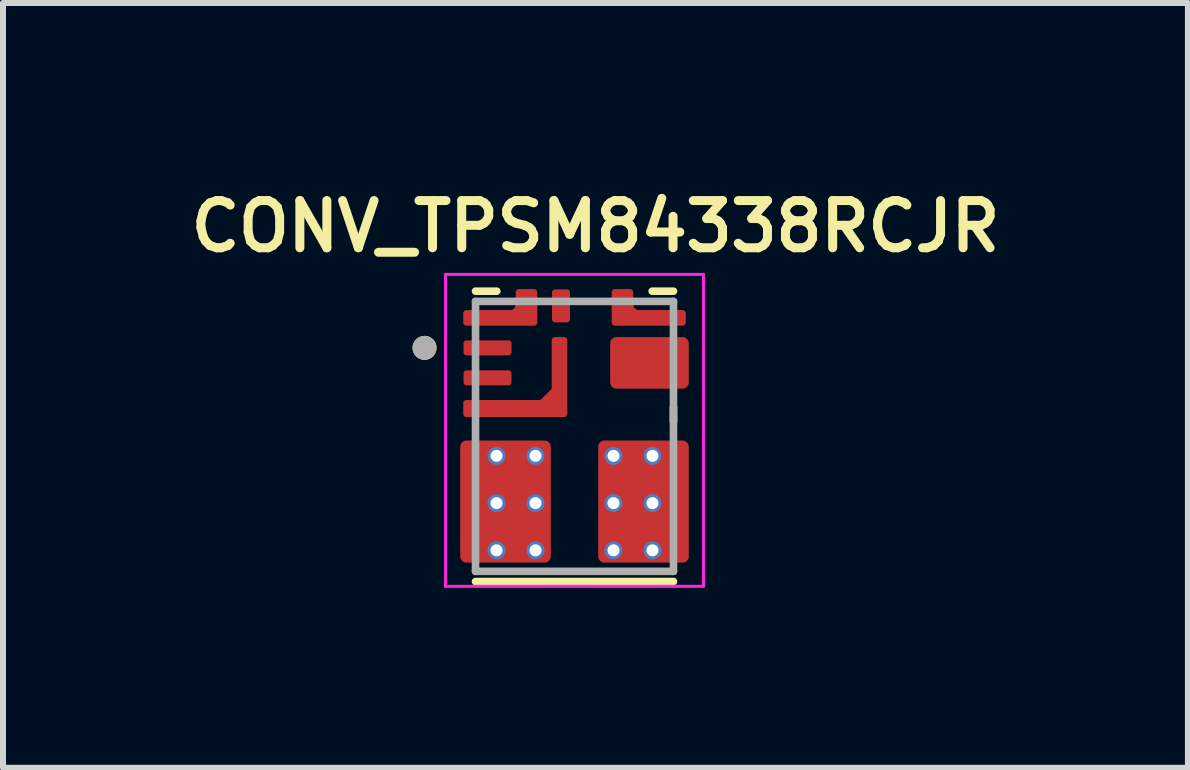
<source format=kicad_pcb>
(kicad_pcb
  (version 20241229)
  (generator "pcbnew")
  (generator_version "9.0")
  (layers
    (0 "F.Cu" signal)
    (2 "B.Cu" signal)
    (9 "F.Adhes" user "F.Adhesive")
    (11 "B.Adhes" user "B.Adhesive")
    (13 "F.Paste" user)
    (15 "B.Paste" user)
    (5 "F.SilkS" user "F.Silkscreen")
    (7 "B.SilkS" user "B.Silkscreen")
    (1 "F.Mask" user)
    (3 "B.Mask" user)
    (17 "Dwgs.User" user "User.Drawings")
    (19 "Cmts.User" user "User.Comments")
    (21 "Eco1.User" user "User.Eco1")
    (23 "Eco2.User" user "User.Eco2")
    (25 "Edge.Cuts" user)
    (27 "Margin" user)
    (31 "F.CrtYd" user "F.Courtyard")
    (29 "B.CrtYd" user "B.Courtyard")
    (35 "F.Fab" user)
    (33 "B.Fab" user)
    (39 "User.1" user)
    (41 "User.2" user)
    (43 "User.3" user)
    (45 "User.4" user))
  (footprint "CONV_TPSM84338RCJR"
    (layer "F.Cu")
    (at 6.527 4.224)
    (property "Reference" "CONV_TPSM84338RCJR" (at 0.35 -3.5 0) (layer "F.SilkS") (effects (font (size 0.787 0.787) (thickness 0.15))))
    (attr through_hole)
    (fp_poly (pts (xy -1.1 -1.3) (xy -1.8 -1.3) (xy -1.805 -1.3) (xy -1.81 -1.301) (xy -1.816 -1.301) (xy -1.821 -1.302) (xy -1.826 -1.303) (xy -1.831 -1.305) (xy -1.836 -1.307) (xy -1.841 -1.309) (xy -1.845 -1.311) (xy -1.85 -1.313) (xy -1.854 -1.316) (xy -1.859 -1.319) (xy -1.863 -1.322) (xy -1.867 -1.326) (xy -1.871 -1.329) (xy -1.874 -1.333) (xy -1.878 -1.337) (xy -1.881 -1.341) (xy -1.884 -1.346) (xy -1.887 -1.35) (xy -1.889 -1.355) (xy -1.891 -1.359) (xy -1.893 -1.364) (xy -1.895 -1.369) (xy -1.897 -1.374) (xy -1.898 -1.379) (xy -1.899 -1.384) (xy -1.899 -1.39) (xy -1.9 -1.395) (xy -1.9 -1.4) (xy -1.9 -1.55) (xy -1.9 -1.555) (xy -1.899 -1.56) (xy -1.899 -1.566) (xy -1.898 -1.571) (xy -1.897 -1.576) (xy -1.895 -1.581) (xy -1.893 -1.586) (xy -1.891 -1.591) (xy -1.889 -1.595) (xy -1.887 -1.6) (xy -1.884 -1.604) (xy -1.881 -1.609) (xy -1.878 -1.613) (xy -1.874 -1.617) (xy -1.871 -1.621) (xy -1.867 -1.624) (xy -1.863 -1.628) (xy -1.859 -1.631) (xy -1.854 -1.634) (xy -1.85 -1.637) (xy -1.845 -1.639) (xy -1.841 -1.641) (xy -1.836 -1.643) (xy -1.831 -1.645) (xy -1.826 -1.647) (xy -1.821 -1.648) (xy -1.816 -1.649) (xy -1.81 -1.649) (xy -1.805 -1.65) (xy -1.8 -1.65) (xy -1.1 -1.65) (xy -1.095 -1.65) (xy -1.09 -1.649) (xy -1.084 -1.649) (xy -1.079 -1.648) (xy -1.074 -1.647) (xy -1.069 -1.645) (xy -1.064 -1.643) (xy -1.059 -1.641) (xy -1.055 -1.639) (xy -1.05 -1.637) (xy -1.046 -1.634) (xy -1.041 -1.631) (xy -1.037 -1.628) (xy -1.033 -1.624) (xy -1.029 -1.621) (xy -1.026 -1.617) (xy -1.022 -1.613) (xy -1.019 -1.609) (xy -1.016 -1.604) (xy -1.013 -1.6) (xy -1.011 -1.595) (xy -1.009 -1.591) (xy -1.007 -1.586) (xy -1.005 -1.581) (xy -1.003 -1.576) (xy -1.002 -1.571) (xy -1.001 -1.566) (xy -1.001 -1.56) (xy -1 -1.555) (xy -1 -1.55) (xy -1 -1.4) (xy -1 -1.395) (xy -1.001 -1.39) (xy -1.001 -1.384) (xy -1.002 -1.379) (xy -1.003 -1.374) (xy -1.005 -1.369) (xy -1.007 -1.364) (xy -1.009 -1.359) (xy -1.011 -1.355) (xy -1.013 -1.35) (xy -1.016 -1.346) (xy -1.019 -1.341) (xy -1.022 -1.337) (xy -1.026 -1.333) (xy -1.029 -1.329) (xy -1.033 -1.326) (xy -1.037 -1.322) (xy -1.041 -1.319) (xy -1.046 -1.316) (xy -1.05 -1.313) (xy -1.055 -1.311) (xy -1.059 -1.309) (xy -1.064 -1.307) (xy -1.069 -1.305) (xy -1.074 -1.303) (xy -1.079 -1.302) (xy -1.084 -1.301) (xy -1.09 -1.301) (xy -1.095 -1.3) (xy -1.1 -1.3)) (stroke (width 0.01) (type solid)) (fill yes) (layer "F.Mask"))
    (fp_poly (pts (xy -1.1 -0.8) (xy -1.8 -0.8) (xy -1.805 -0.8) (xy -1.81 -0.801) (xy -1.816 -0.801) (xy -1.821 -0.802) (xy -1.826 -0.803) (xy -1.831 -0.805) (xy -1.836 -0.807) (xy -1.841 -0.809) (xy -1.845 -0.811) (xy -1.85 -0.813) (xy -1.854 -0.816) (xy -1.859 -0.819) (xy -1.863 -0.822) (xy -1.867 -0.826) (xy -1.871 -0.829) (xy -1.874 -0.833) (xy -1.878 -0.837) (xy -1.881 -0.841) (xy -1.884 -0.846) (xy -1.887 -0.85) (xy -1.889 -0.855) (xy -1.891 -0.859) (xy -1.893 -0.864) (xy -1.895 -0.869) (xy -1.897 -0.874) (xy -1.898 -0.879) (xy -1.899 -0.884) (xy -1.899 -0.89) (xy -1.9 -0.895) (xy -1.9 -0.9) (xy -1.9 -1.05) (xy -1.9 -1.055) (xy -1.899 -1.06) (xy -1.899 -1.066) (xy -1.898 -1.071) (xy -1.897 -1.076) (xy -1.895 -1.081) (xy -1.893 -1.086) (xy -1.891 -1.091) (xy -1.889 -1.095) (xy -1.887 -1.1) (xy -1.884 -1.104) (xy -1.881 -1.109) (xy -1.878 -1.113) (xy -1.874 -1.117) (xy -1.871 -1.121) (xy -1.867 -1.124) (xy -1.863 -1.128) (xy -1.859 -1.131) (xy -1.854 -1.134) (xy -1.85 -1.137) (xy -1.845 -1.139) (xy -1.841 -1.141) (xy -1.836 -1.143) (xy -1.831 -1.145) (xy -1.826 -1.147) (xy -1.821 -1.148) (xy -1.816 -1.149) (xy -1.81 -1.149) (xy -1.805 -1.15) (xy -1.8 -1.15) (xy -1.1 -1.15) (xy -1.095 -1.15) (xy -1.09 -1.149) (xy -1.084 -1.149) (xy -1.079 -1.148) (xy -1.074 -1.147) (xy -1.069 -1.145) (xy -1.064 -1.143) (xy -1.059 -1.141) (xy -1.055 -1.139) (xy -1.05 -1.137) (xy -1.046 -1.134) (xy -1.041 -1.131) (xy -1.037 -1.128) (xy -1.033 -1.124) (xy -1.029 -1.121) (xy -1.026 -1.117) (xy -1.022 -1.113) (xy -1.019 -1.109) (xy -1.016 -1.104) (xy -1.013 -1.1) (xy -1.011 -1.095) (xy -1.009 -1.091) (xy -1.007 -1.086) (xy -1.005 -1.081) (xy -1.003 -1.076) (xy -1.002 -1.071) (xy -1.001 -1.066) (xy -1.001 -1.06) (xy -1 -1.055) (xy -1 -1.05) (xy -1 -0.9) (xy -1 -0.895) (xy -1.001 -0.89) (xy -1.001 -0.884) (xy -1.002 -0.879) (xy -1.003 -0.874) (xy -1.005 -0.869) (xy -1.007 -0.864) (xy -1.009 -0.859) (xy -1.011 -0.855) (xy -1.013 -0.85) (xy -1.016 -0.846) (xy -1.019 -0.841) (xy -1.022 -0.837) (xy -1.026 -0.833) (xy -1.029 -0.829) (xy -1.033 -0.826) (xy -1.037 -0.822) (xy -1.041 -0.819) (xy -1.046 -0.816) (xy -1.05 -0.813) (xy -1.055 -0.811) (xy -1.059 -0.809) (xy -1.064 -0.807) (xy -1.069 -0.805) (xy -1.074 -0.803) (xy -1.079 -0.802) (xy -1.084 -0.801) (xy -1.09 -0.801) (xy -1.095 -0.8) (xy -1.1 -0.8)) (stroke (width 0.01) (type solid)) (fill yes) (layer "F.Mask"))
    (fp_poly (pts (xy -0.125 -1.85) (xy -0.325 -1.85) (xy -0.33 -1.85) (xy -0.335 -1.851) (xy -0.341 -1.851) (xy -0.346 -1.852) (xy -0.351 -1.853) (xy -0.356 -1.855) (xy -0.361 -1.857) (xy -0.366 -1.859) (xy -0.37 -1.861) (xy -0.375 -1.863) (xy -0.379 -1.866) (xy -0.384 -1.869) (xy -0.388 -1.872) (xy -0.392 -1.876) (xy -0.396 -1.879) (xy -0.399 -1.883) (xy -0.403 -1.887) (xy -0.406 -1.891) (xy -0.409 -1.896) (xy -0.412 -1.9) (xy -0.414 -1.905) (xy -0.416 -1.909) (xy -0.418 -1.914) (xy -0.42 -1.919) (xy -0.422 -1.924) (xy -0.423 -1.929) (xy -0.424 -1.934) (xy -0.424 -1.94) (xy -0.425 -1.945) (xy -0.425 -1.95) (xy -0.425 -2.4) (xy -0.425 -2.405) (xy -0.424 -2.41) (xy -0.424 -2.416) (xy -0.423 -2.421) (xy -0.422 -2.426) (xy -0.42 -2.431) (xy -0.418 -2.436) (xy -0.416 -2.441) (xy -0.414 -2.445) (xy -0.412 -2.45) (xy -0.409 -2.454) (xy -0.406 -2.459) (xy -0.403 -2.463) (xy -0.399 -2.467) (xy -0.396 -2.471) (xy -0.392 -2.474) (xy -0.388 -2.478) (xy -0.384 -2.481) (xy -0.379 -2.484) (xy -0.375 -2.487) (xy -0.37 -2.489) (xy -0.366 -2.491) (xy -0.361 -2.493) (xy -0.356 -2.495) (xy -0.351 -2.497) (xy -0.346 -2.498) (xy -0.341 -2.499) (xy -0.335 -2.499) (xy -0.33 -2.5) (xy -0.325 -2.5) (xy -0.125 -2.5) (xy -0.12 -2.5) (xy -0.115 -2.499) (xy -0.109 -2.499) (xy -0.104 -2.498) (xy -0.099 -2.497) (xy -0.094 -2.495) (xy -0.089 -2.493) (xy -0.084 -2.491) (xy -0.08 -2.489) (xy -0.075 -2.487) (xy -0.071 -2.484) (xy -0.066 -2.481) (xy -0.062 -2.478) (xy -0.058 -2.474) (xy -0.054 -2.471) (xy -0.051 -2.467) (xy -0.047 -2.463) (xy -0.044 -2.459) (xy -0.041 -2.454) (xy -0.038 -2.45) (xy -0.036 -2.445) (xy -0.034 -2.441) (xy -0.032 -2.436) (xy -0.03 -2.431) (xy -0.028 -2.426) (xy -0.027 -2.421) (xy -0.026 -2.416) (xy -0.026 -2.41) (xy -0.025 -2.405) (xy -0.025 -2.4) (xy -0.025 -1.95) (xy -0.025 -1.945) (xy -0.026 -1.94) (xy -0.026 -1.934) (xy -0.027 -1.929) (xy -0.028 -1.924) (xy -0.03 -1.919) (xy -0.032 -1.914) (xy -0.034 -1.909) (xy -0.036 -1.905) (xy -0.038 -1.9) (xy -0.041 -1.896) (xy -0.044 -1.891) (xy -0.047 -1.887) (xy -0.051 -1.883) (xy -0.054 -1.879) (xy -0.058 -1.876) (xy -0.062 -1.872) (xy -0.066 -1.869) (xy -0.071 -1.866) (xy -0.075 -1.863) (xy -0.08 -1.861) (xy -0.084 -1.859) (xy -0.089 -1.857) (xy -0.094 -1.855) (xy -0.099 -1.853) (xy -0.104 -1.852) (xy -0.109 -1.851) (xy -0.115 -1.851) (xy -0.12 -1.85) (xy -0.125 -1.85)) (stroke (width 0.01) (type solid)) (fill yes) (layer "F.Mask"))
    (fp_poly (pts (xy -1.025 -2.4) (xy -1.025 -2.2) (xy -1.025 -2.197) (xy -1.025 -2.195) (xy -1.026 -2.192) (xy -1.026 -2.19) (xy -1.027 -2.187) (xy -1.027 -2.185) (xy -1.028 -2.182) (xy -1.029 -2.18) (xy -1.03 -2.177) (xy -1.032 -2.175) (xy -1.033 -2.173) (xy -1.035 -2.171) (xy -1.036 -2.169) (xy -1.038 -2.167) (xy -1.04 -2.165) (xy -1.042 -2.163) (xy -1.044 -2.161) (xy -1.046 -2.16) (xy -1.048 -2.158) (xy -1.05 -2.157) (xy -1.052 -2.155) (xy -1.055 -2.154) (xy -1.057 -2.153) (xy -1.06 -2.152) (xy -1.062 -2.152) (xy -1.065 -2.151) (xy -1.067 -2.151) (xy -1.07 -2.15) (xy -1.072 -2.15) (xy -1.075 -2.15) (xy -1.8 -2.15) (xy -1.805 -2.15) (xy -1.81 -2.149) (xy -1.816 -2.149) (xy -1.821 -2.148) (xy -1.826 -2.147) (xy -1.831 -2.145) (xy -1.836 -2.143) (xy -1.841 -2.141) (xy -1.845 -2.139) (xy -1.85 -2.137) (xy -1.854 -2.134) (xy -1.859 -2.131) (xy -1.863 -2.128) (xy -1.867 -2.124) (xy -1.871 -2.121) (xy -1.874 -2.117) (xy -1.878 -2.113) (xy -1.881 -2.109) (xy -1.884 -2.104) (xy -1.887 -2.1) (xy -1.889 -2.095) (xy -1.891 -2.091) (xy -1.893 -2.086) (xy -1.895 -2.081) (xy -1.897 -2.076) (xy -1.898 -2.071) (xy -1.899 -2.066) (xy -1.899 -2.06) (xy -1.9 -2.055) (xy -1.9 -2.05) (xy -1.9 -1.9) (xy -1.9 -1.895) (xy -1.899 -1.89) (xy -1.899 -1.884) (xy -1.898 -1.879) (xy -1.897 -1.874) (xy -1.895 -1.869) (xy -1.893 -1.864) (xy -1.891 -1.859) (xy -1.889 -1.855) (xy -1.887 -1.85) (xy -1.884 -1.846) (xy -1.881 -1.841) (xy -1.878 -1.837) (xy -1.874 -1.833) (xy -1.871 -1.829) (xy -1.867 -1.826) (xy -1.863 -1.822) (xy -1.859 -1.819) (xy -1.854 -1.816) (xy -1.85 -1.813) (xy -1.845 -1.811) (xy -1.841 -1.809) (xy -1.836 -1.807) (xy -1.831 -1.805) (xy -1.826 -1.803) (xy -1.821 -1.802) (xy -1.816 -1.801) (xy -1.81 -1.801) (xy -1.805 -1.8) (xy -1.8 -1.8) (xy -0.675 -1.8) (xy -0.67 -1.8) (xy -0.665 -1.801) (xy -0.659 -1.801) (xy -0.654 -1.802) (xy -0.649 -1.803) (xy -0.644 -1.805) (xy -0.639 -1.807) (xy -0.634 -1.809) (xy -0.63 -1.811) (xy -0.625 -1.813) (xy -0.621 -1.816) (xy -0.616 -1.819) (xy -0.612 -1.822) (xy -0.608 -1.826) (xy -0.604 -1.829) (xy -0.601 -1.833) (xy -0.597 -1.837) (xy -0.594 -1.841) (xy -0.591 -1.846) (xy -0.588 -1.85) (xy -0.586 -1.855) (xy -0.584 -1.859) (xy -0.582 -1.864) (xy -0.58 -1.869) (xy -0.578 -1.874) (xy -0.577 -1.879) (xy -0.576 -1.884) (xy -0.576 -1.89) (xy -0.575 -1.895) (xy -0.575 -1.9) (xy -0.575 -2.4) (xy -0.575 -2.405) (xy -0.576 -2.41) (xy -0.576 -2.416) (xy -0.577 -2.421) (xy -0.578 -2.426) (xy -0.58 -2.431) (xy -0.582 -2.436) (xy -0.584 -2.441) (xy -0.586 -2.445) (xy -0.588 -2.45) (xy -0.591 -2.454) (xy -0.594 -2.459) (xy -0.597 -2.463) (xy -0.601 -2.467) (xy -0.604 -2.471) (xy -0.608 -2.474) (xy -0.612 -2.478) (xy -0.616 -2.481) (xy -0.621 -2.484) (xy -0.625 -2.487) (xy -0.63 -2.489) (xy -0.634 -2.491) (xy -0.639 -2.493) (xy -0.644 -2.495) (xy -0.649 -2.497) (xy -0.654 -2.498) (xy -0.659 -2.499) (xy -0.665 -2.499) (xy -0.67 -2.5) (xy -0.675 -2.5) (xy -0.925 -2.5) (xy -0.93 -2.5) (xy -0.935 -2.499) (xy -0.941 -2.499) (xy -0.946 -2.498) (xy -0.951 -2.497) (xy -0.956 -2.495) (xy -0.961 -2.493) (xy -0.966 -2.491) (xy -0.97 -2.489) (xy -0.975 -2.487) (xy -0.979 -2.484) (xy -0.984 -2.481) (xy -0.988 -2.478) (xy -0.992 -2.474) (xy -0.996 -2.471) (xy -0.999 -2.467) (xy -1.003 -2.463) (xy -1.006 -2.459) (xy -1.009 -2.454) (xy -1.012 -2.45) (xy -1.014 -2.445) (xy -1.016 -2.441) (xy -1.018 -2.436) (xy -1.02 -2.431) (xy -1.022 -2.426) (xy -1.023 -2.421) (xy -1.024 -2.416) (xy -1.024 -2.41) (xy -1.025 -2.405) (xy -1.025 -2.4)) (stroke (width 0.01) (type solid)) (fill yes) (layer "F.Mask"))
    (fp_poly (pts (xy 1.025 -2.4) (xy 1.025 -2.2) (xy 1.025 -2.197) (xy 1.025 -2.195) (xy 1.026 -2.192) (xy 1.026 -2.19) (xy 1.027 -2.187) (xy 1.027 -2.185) (xy 1.028 -2.182) (xy 1.029 -2.18) (xy 1.03 -2.177) (xy 1.032 -2.175) (xy 1.033 -2.173) (xy 1.035 -2.171) (xy 1.036 -2.169) (xy 1.038 -2.167) (xy 1.04 -2.165) (xy 1.042 -2.163) (xy 1.044 -2.161) (xy 1.046 -2.16) (xy 1.048 -2.158) (xy 1.05 -2.157) (xy 1.052 -2.155) (xy 1.055 -2.154) (xy 1.057 -2.153) (xy 1.06 -2.152) (xy 1.062 -2.152) (xy 1.065 -2.151) (xy 1.067 -2.151) (xy 1.07 -2.15) (xy 1.072 -2.15) (xy 1.075 -2.15) (xy 1.8 -2.15) (xy 1.805 -2.15) (xy 1.81 -2.149) (xy 1.816 -2.149) (xy 1.821 -2.148) (xy 1.826 -2.147) (xy 1.831 -2.145) (xy 1.836 -2.143) (xy 1.841 -2.141) (xy 1.845 -2.139) (xy 1.85 -2.137) (xy 1.854 -2.134) (xy 1.859 -2.131) (xy 1.863 -2.128) (xy 1.867 -2.124) (xy 1.871 -2.121) (xy 1.874 -2.117) (xy 1.878 -2.113) (xy 1.881 -2.109) (xy 1.884 -2.104) (xy 1.887 -2.1) (xy 1.889 -2.095) (xy 1.891 -2.091) (xy 1.893 -2.086) (xy 1.895 -2.081) (xy 1.897 -2.076) (xy 1.898 -2.071) (xy 1.899 -2.066) (xy 1.899 -2.06) (xy 1.9 -2.055) (xy 1.9 -2.05) (xy 1.9 -1.9) (xy 1.9 -1.895) (xy 1.899 -1.89) (xy 1.899 -1.884) (xy 1.898 -1.879) (xy 1.897 -1.874) (xy 1.895 -1.869) (xy 1.893 -1.864) (xy 1.891 -1.859) (xy 1.889 -1.855) (xy 1.887 -1.85) (xy 1.884 -1.846) (xy 1.881 -1.841) (xy 1.878 -1.837) (xy 1.874 -1.833) (xy 1.871 -1.829) (xy 1.867 -1.826) (xy 1.863 -1.822) (xy 1.859 -1.819) (xy 1.854 -1.816) (xy 1.85 -1.813) (xy 1.845 -1.811) (xy 1.841 -1.809) (xy 1.836 -1.807) (xy 1.831 -1.805) (xy 1.826 -1.803) (xy 1.821 -1.802) (xy 1.816 -1.801) (xy 1.81 -1.801) (xy 1.805 -1.8) (xy 1.8 -1.8) (xy 0.675 -1.8) (xy 0.67 -1.8) (xy 0.665 -1.801) (xy 0.659 -1.801) (xy 0.654 -1.802) (xy 0.649 -1.803) (xy 0.644 -1.805) (xy 0.639 -1.807) (xy 0.634 -1.809) (xy 0.63 -1.811) (xy 0.625 -1.813) (xy 0.621 -1.816) (xy 0.616 -1.819) (xy 0.612 -1.822) (xy 0.608 -1.826) (xy 0.604 -1.829) (xy 0.601 -1.833) (xy 0.597 -1.837) (xy 0.594 -1.841) (xy 0.591 -1.846) (xy 0.588 -1.85) (xy 0.586 -1.855) (xy 0.584 -1.859) (xy 0.582 -1.864) (xy 0.58 -1.869) (xy 0.578 -1.874) (xy 0.577 -1.879) (xy 0.576 -1.884) (xy 0.576 -1.89) (xy 0.575 -1.895) (xy 0.575 -1.9) (xy 0.575 -2.4) (xy 0.575 -2.405) (xy 0.576 -2.41) (xy 0.576 -2.416) (xy 0.577 -2.421) (xy 0.578 -2.426) (xy 0.58 -2.431) (xy 0.582 -2.436) (xy 0.584 -2.441) (xy 0.586 -2.445) (xy 0.588 -2.45) (xy 0.591 -2.454) (xy 0.594 -2.459) (xy 0.597 -2.463) (xy 0.601 -2.467) (xy 0.604 -2.471) (xy 0.608 -2.474) (xy 0.612 -2.478) (xy 0.616 -2.481) (xy 0.621 -2.484) (xy 0.625 -2.487) (xy 0.63 -2.489) (xy 0.634 -2.491) (xy 0.639 -2.493) (xy 0.644 -2.495) (xy 0.649 -2.497) (xy 0.654 -2.498) (xy 0.659 -2.499) (xy 0.665 -2.499) (xy 0.67 -2.5) (xy 0.675 -2.5) (xy 0.925 -2.5) (xy 0.93 -2.5) (xy 0.935 -2.499) (xy 0.941 -2.499) (xy 0.946 -2.498) (xy 0.951 -2.497) (xy 0.956 -2.495) (xy 0.961 -2.493) (xy 0.966 -2.491) (xy 0.97 -2.489) (xy 0.975 -2.487) (xy 0.979 -2.484) (xy 0.984 -2.481) (xy 0.988 -2.478) (xy 0.992 -2.474) (xy 0.996 -2.471) (xy 0.999 -2.467) (xy 1.003 -2.463) (xy 1.006 -2.459) (xy 1.009 -2.454) (xy 1.012 -2.45) (xy 1.014 -2.445) (xy 1.016 -2.441) (xy 1.018 -2.436) (xy 1.02 -2.431) (xy 1.022 -2.426) (xy 1.023 -2.421) (xy 1.024 -2.416) (xy 1.024 -2.41) (xy 1.025 -2.405) (xy 1.025 -2.4)) (stroke (width 0.01) (type solid)) (fill yes) (layer "F.Mask"))
    (fp_poly (pts (xy -0.425 -1.6) (xy -0.425 -0.847) (xy -0.425 -0.845) (xy -0.425 -0.843) (xy -0.425 -0.841) (xy -0.425 -0.839) (xy -0.426 -0.837) (xy -0.426 -0.835) (xy -0.426 -0.833) (xy -0.427 -0.831) (xy -0.427 -0.829) (xy -0.428 -0.827) (xy -0.428 -0.825) (xy -0.429 -0.823) (xy -0.429 -0.822) (xy -0.43 -0.82) (xy -0.431 -0.818) (xy -0.431 -0.816) (xy -0.432 -0.814) (xy -0.433 -0.813) (xy -0.434 -0.811) (xy -0.435 -0.809) (xy -0.436 -0.807) (xy -0.437 -0.806) (xy -0.438 -0.804) (xy -0.439 -0.802) (xy -0.44 -0.801) (xy -0.442 -0.799) (xy -0.443 -0.798) (xy -0.444 -0.796) (xy -0.446 -0.795) (xy -0.447 -0.794) (xy -0.568 -0.672) (xy -0.569 -0.671) (xy -0.571 -0.67) (xy -0.572 -0.668) (xy -0.574 -0.667) (xy -0.575 -0.666) (xy -0.577 -0.665) (xy -0.579 -0.664) (xy -0.58 -0.663) (xy -0.582 -0.662) (xy -0.584 -0.661) (xy -0.585 -0.66) (xy -0.587 -0.659) (xy -0.589 -0.658) (xy -0.591 -0.657) (xy -0.592 -0.656) (xy -0.594 -0.655) (xy -0.596 -0.655) (xy -0.598 -0.654) (xy -0.6 -0.654) (xy -0.602 -0.653) (xy -0.604 -0.653) (xy -0.605 -0.652) (xy -0.607 -0.652) (xy -0.609 -0.651) (xy -0.611 -0.651) (xy -0.613 -0.651) (xy -0.615 -0.651) (xy -0.617 -0.651) (xy -0.619 -0.651) (xy -0.621 -0.65) (xy -1.8 -0.65) (xy -1.805 -0.65) (xy -1.81 -0.65) (xy -1.816 -0.649) (xy -1.821 -0.648) (xy -1.826 -0.647) (xy -1.831 -0.646) (xy -1.836 -0.644) (xy -1.841 -0.642) (xy -1.845 -0.64) (xy -1.85 -0.637) (xy -1.854 -0.634) (xy -1.859 -0.631) (xy -1.863 -0.628) (xy -1.867 -0.625) (xy -1.871 -0.621) (xy -1.874 -0.617) (xy -1.878 -0.613) (xy -1.881 -0.609) (xy -1.884 -0.605) (xy -1.887 -0.601) (xy -1.889 -0.596) (xy -1.891 -0.591) (xy -1.893 -0.586) (xy -1.895 -0.581) (xy -1.897 -0.576) (xy -1.898 -0.571) (xy -1.899 -0.566) (xy -1.899 -0.561) (xy -1.9 -0.556) (xy -1.9 -0.55) (xy -1.9 -0.376) (xy -1.9 -0.37) (xy -1.899 -0.365) (xy -1.899 -0.36) (xy -1.898 -0.355) (xy -1.897 -0.35) (xy -1.895 -0.345) (xy -1.893 -0.34) (xy -1.891 -0.335) (xy -1.889 -0.33) (xy -1.887 -0.325) (xy -1.884 -0.321) (xy -1.881 -0.317) (xy -1.878 -0.313) (xy -1.874 -0.309) (xy -1.871 -0.305) (xy -1.867 -0.301) (xy -1.863 -0.298) (xy -1.859 -0.295) (xy -1.854 -0.292) (xy -1.85 -0.289) (xy -1.845 -0.286) (xy -1.841 -0.284) (xy -1.836 -0.282) (xy -1.831 -0.28) (xy -1.826 -0.279) (xy -1.821 -0.278) (xy -1.816 -0.277) (xy -1.81 -0.276) (xy -1.805 -0.276) (xy -1.8 -0.276) (xy -0.175 -0.276) (xy -0.17 -0.276) (xy -0.165 -0.276) (xy -0.159 -0.277) (xy -0.154 -0.278) (xy -0.149 -0.279) (xy -0.144 -0.28) (xy -0.139 -0.282) (xy -0.134 -0.284) (xy -0.13 -0.286) (xy -0.125 -0.289) (xy -0.121 -0.292) (xy -0.116 -0.295) (xy -0.112 -0.298) (xy -0.108 -0.301) (xy -0.104 -0.305) (xy -0.101 -0.309) (xy -0.097 -0.313) (xy -0.094 -0.317) (xy -0.091 -0.321) (xy -0.088 -0.326) (xy -0.086 -0.33) (xy -0.084 -0.335) (xy -0.082 -0.34) (xy -0.08 -0.345) (xy -0.078 -0.35) (xy -0.077 -0.355) (xy -0.076 -0.36) (xy -0.076 -0.365) (xy -0.075 -0.37) (xy -0.075 -0.376) (xy -0.075 -1.6) (xy -0.075 -1.605) (xy -0.076 -1.61) (xy -0.076 -1.616) (xy -0.077 -1.621) (xy -0.078 -1.626) (xy -0.08 -1.631) (xy -0.082 -1.636) (xy -0.084 -1.641) (xy -0.086 -1.645) (xy -0.088 -1.65) (xy -0.091 -1.654) (xy -0.094 -1.659) (xy -0.097 -1.663) (xy -0.101 -1.667) (xy -0.104 -1.671) (xy -0.108 -1.674) (xy -0.112 -1.678) (xy -0.116 -1.681) (xy -0.121 -1.684) (xy -0.125 -1.687) (xy -0.13 -1.689) (xy -0.134 -1.691) (xy -0.139 -1.693) (xy -0.144 -1.695) (xy -0.149 -1.697) (xy -0.154 -1.698) (xy -0.159 -1.699) (xy -0.165 -1.699) (xy -0.17 -1.7) (xy -0.175 -1.7) (xy -0.325 -1.7) (xy -0.33 -1.7) (xy -0.335 -1.699) (xy -0.341 -1.699) (xy -0.346 -1.698) (xy -0.351 -1.697) (xy -0.356 -1.695) (xy -0.361 -1.693) (xy -0.366 -1.691) (xy -0.37 -1.689) (xy -0.375 -1.687) (xy -0.379 -1.684) (xy -0.384 -1.681) (xy -0.388 -1.678) (xy -0.392 -1.674) (xy -0.396 -1.671) (xy -0.399 -1.667) (xy -0.403 -1.663) (xy -0.406 -1.659) (xy -0.409 -1.654) (xy -0.412 -1.65) (xy -0.414 -1.645) (xy -0.416 -1.641) (xy -0.418 -1.636) (xy -0.42 -1.631) (xy -0.422 -1.626) (xy -0.423 -1.621) (xy -0.424 -1.616) (xy -0.424 -1.61) (xy -0.425 -1.605) (xy -0.425 -1.6)) (stroke (width 0.01) (type solid)) (fill yes) (layer "F.Mask"))
    (fp_poly (pts (xy 0.65 -1.55) (xy 0.65 -0.9) (xy 0.65 -0.897) (xy 0.65 -0.895) (xy 0.651 -0.892) (xy 0.651 -0.89) (xy 0.652 -0.887) (xy 0.652 -0.885) (xy 0.653 -0.882) (xy 0.654 -0.88) (xy 0.655 -0.877) (xy 0.657 -0.875) (xy 0.658 -0.873) (xy 0.66 -0.871) (xy 0.661 -0.869) (xy 0.663 -0.867) (xy 0.665 -0.865) (xy 0.667 -0.863) (xy 0.669 -0.861) (xy 0.671 -0.86) (xy 0.673 -0.858) (xy 0.675 -0.857) (xy 0.677 -0.855) (xy 0.68 -0.854) (xy 0.682 -0.853) (xy 0.685 -0.852) (xy 0.687 -0.852) (xy 0.69 -0.851) (xy 0.692 -0.851) (xy 0.695 -0.85) (xy 0.697 -0.85) (xy 0.7 -0.85) (xy 1.8 -0.85) (xy 1.803 -0.85) (xy 1.805 -0.85) (xy 1.808 -0.851) (xy 1.81 -0.851) (xy 1.813 -0.852) (xy 1.815 -0.852) (xy 1.818 -0.853) (xy 1.82 -0.854) (xy 1.823 -0.855) (xy 1.825 -0.857) (xy 1.827 -0.858) (xy 1.829 -0.86) (xy 1.831 -0.861) (xy 1.833 -0.863) (xy 1.835 -0.865) (xy 1.837 -0.867) (xy 1.839 -0.869) (xy 1.84 -0.871) (xy 1.842 -0.873) (xy 1.843 -0.875) (xy 1.845 -0.877) (xy 1.846 -0.88) (xy 1.847 -0.882) (xy 1.848 -0.885) (xy 1.848 -0.887) (xy 1.849 -0.89) (xy 1.849 -0.892) (xy 1.85 -0.895) (xy 1.85 -0.897) (xy 1.85 -0.9) (xy 1.85 -1.05) (xy 1.85 -1.053) (xy 1.85 -1.055) (xy 1.849 -1.058) (xy 1.849 -1.06) (xy 1.848 -1.063) (xy 1.848 -1.065) (xy 1.847 -1.068) (xy 1.846 -1.07) (xy 1.845 -1.073) (xy 1.843 -1.075) (xy 1.842 -1.077) (xy 1.84 -1.079) (xy 1.839 -1.081) (xy 1.837 -1.083) (xy 1.835 -1.085) (xy 1.833 -1.087) (xy 1.831 -1.089) (xy 1.829 -1.09) (xy 1.827 -1.092) (xy 1.825 -1.093) (xy 1.823 -1.095) (xy 1.82 -1.096) (xy 1.818 -1.097) (xy 1.815 -1.098) (xy 1.813 -1.098) (xy 1.81 -1.099) (xy 1.808 -1.099) (xy 1.805 -1.1) (xy 1.803 -1.1) (xy 1.8 -1.1) (xy 1.5 -1.1) (xy 1.497 -1.1) (xy 1.495 -1.1) (xy 1.492 -1.101) (xy 1.49 -1.101) (xy 1.487 -1.102) (xy 1.485 -1.102) (xy 1.482 -1.103) (xy 1.48 -1.104) (xy 1.477 -1.105) (xy 1.475 -1.107) (xy 1.473 -1.108) (xy 1.471 -1.11) (xy 1.469 -1.111) (xy 1.467 -1.113) (xy 1.465 -1.115) (xy 1.463 -1.117) (xy 1.461 -1.119) (xy 1.46 -1.121) (xy 1.458 -1.123) (xy 1.457 -1.125) (xy 1.455 -1.127) (xy 1.454 -1.13) (xy 1.453 -1.132) (xy 1.452 -1.135) (xy 1.452 -1.137) (xy 1.451 -1.14) (xy 1.451 -1.142) (xy 1.45 -1.145) (xy 1.45 -1.147) (xy 1.45 -1.15) (xy 1.45 -1.3) (xy 1.45 -1.303) (xy 1.45 -1.305) (xy 1.451 -1.308) (xy 1.451 -1.31) (xy 1.452 -1.313) (xy 1.452 -1.315) (xy 1.453 -1.318) (xy 1.454 -1.32) (xy 1.455 -1.323) (xy 1.457 -1.325) (xy 1.458 -1.327) (xy 1.46 -1.329) (xy 1.461 -1.331) (xy 1.463 -1.333) (xy 1.465 -1.335) (xy 1.467 -1.337) (xy 1.469 -1.339) (xy 1.471 -1.34) (xy 1.473 -1.342) (xy 1.475 -1.343) (xy 1.477 -1.345) (xy 1.48 -1.346) (xy 1.482 -1.347) (xy 1.485 -1.348) (xy 1.487 -1.348) (xy 1.49 -1.349) (xy 1.492 -1.349) (xy 1.495 -1.35) (xy 1.497 -1.35) (xy 1.5 -1.35) (xy 1.8 -1.35) (xy 1.803 -1.35) (xy 1.805 -1.35) (xy 1.808 -1.351) (xy 1.81 -1.351) (xy 1.813 -1.352) (xy 1.815 -1.352) (xy 1.818 -1.353) (xy 1.82 -1.354) (xy 1.823 -1.355) (xy 1.825 -1.357) (xy 1.827 -1.358) (xy 1.829 -1.36) (xy 1.831 -1.361) (xy 1.833 -1.363) (xy 1.835 -1.365) (xy 1.837 -1.367) (xy 1.839 -1.369) (xy 1.84 -1.371) (xy 1.842 -1.373) (xy 1.843 -1.375) (xy 1.845 -1.377) (xy 1.846 -1.38) (xy 1.847 -1.382) (xy 1.848 -1.385) (xy 1.848 -1.387) (xy 1.849 -1.39) (xy 1.849 -1.392) (xy 1.85 -1.395) (xy 1.85 -1.397) (xy 1.85 -1.4) (xy 1.85 -1.55) (xy 1.85 -1.553) (xy 1.85 -1.555) (xy 1.849 -1.558) (xy 1.849 -1.56) (xy 1.848 -1.563) (xy 1.848 -1.565) (xy 1.847 -1.568) (xy 1.846 -1.57) (xy 1.845 -1.573) (xy 1.843 -1.575) (xy 1.842 -1.577) (xy 1.84 -1.579) (xy 1.839 -1.581) (xy 1.837 -1.583) (xy 1.835 -1.585) (xy 1.833 -1.587) (xy 1.831 -1.589) (xy 1.829 -1.59) (xy 1.827 -1.592) (xy 1.825 -1.593) (xy 1.823 -1.595) (xy 1.82 -1.596) (xy 1.818 -1.597) (xy 1.815 -1.598) (xy 1.813 -1.598) (xy 1.81 -1.599) (xy 1.808 -1.599) (xy 1.805 -1.6) (xy 1.803 -1.6) (xy 1.8 -1.6) (xy 0.7 -1.6) (xy 0.697 -1.6) (xy 0.695 -1.6) (xy 0.692 -1.599) (xy 0.69 -1.599) (xy 0.687 -1.598) (xy 0.685 -1.598) (xy 0.682 -1.597) (xy 0.68 -1.596) (xy 0.677 -1.595) (xy 0.675 -1.593) (xy 0.673 -1.592) (xy 0.671 -1.59) (xy 0.669 -1.589) (xy 0.667 -1.587) (xy 0.665 -1.585) (xy 0.663 -1.583) (xy 0.661 -1.581) (xy 0.66 -1.579) (xy 0.658 -1.577) (xy 0.657 -1.575) (xy 0.655 -1.573) (xy 0.654 -1.57) (xy 0.653 -1.568) (xy 0.652 -1.565) (xy 0.652 -1.563) (xy 0.651 -1.56) (xy 0.651 -1.558) (xy 0.65 -1.555) (xy 0.65 -1.553) (xy 0.65 -1.55)) (stroke (width 0.01) (type solid)) (fill yes) (layer "F.Mask"))
    (fp_poly (pts (xy -1.4 2.05) (xy -0.5 2.05) (xy -0.497 2.05) (xy -0.495 2.05) (xy -0.492 2.049) (xy -0.49 2.049) (xy -0.487 2.048) (xy -0.485 2.048) (xy -0.482 2.047) (xy -0.48 2.046) (xy -0.477 2.045) (xy -0.475 2.043) (xy -0.473 2.042) (xy -0.471 2.04) (xy -0.469 2.039) (xy -0.467 2.037) (xy -0.465 2.035) (xy -0.463 2.033) (xy -0.461 2.031) (xy -0.46 2.029) (xy -0.458 2.027) (xy -0.457 2.025) (xy -0.455 2.023) (xy -0.454 2.02) (xy -0.453 2.018) (xy -0.452 2.015) (xy -0.452 2.013) (xy -0.451 2.01) (xy -0.451 2.008) (xy -0.45 2.005) (xy -0.45 2.003) (xy -0.45 2) (xy -0.45 0.175) (xy -0.45 0.172) (xy -0.45 0.17) (xy -0.451 0.167) (xy -0.451 0.165) (xy -0.452 0.162) (xy -0.452 0.16) (xy -0.453 0.157) (xy -0.454 0.155) (xy -0.455 0.152) (xy -0.457 0.15) (xy -0.458 0.148) (xy -0.46 0.146) (xy -0.461 0.144) (xy -0.463 0.142) (xy -0.465 0.14) (xy -0.467 0.138) (xy -0.469 0.136) (xy -0.471 0.135) (xy -0.473 0.133) (xy -0.475 0.132) (xy -0.477 0.13) (xy -0.48 0.129) (xy -0.482 0.128) (xy -0.485 0.127) (xy -0.487 0.127) (xy -0.49 0.126) (xy -0.492 0.126) (xy -0.495 0.125) (xy -0.497 0.125) (xy -0.5 0.125) (xy -1.4 0.125) (xy -1.403 0.125) (xy -1.405 0.125) (xy -1.408 0.126) (xy -1.41 0.126) (xy -1.413 0.127) (xy -1.415 0.127) (xy -1.418 0.128) (xy -1.42 0.129) (xy -1.423 0.13) (xy -1.425 0.132) (xy -1.427 0.133) (xy -1.429 0.135) (xy -1.431 0.136) (xy -1.433 0.138) (xy -1.435 0.14) (xy -1.437 0.142) (xy -1.439 0.144) (xy -1.44 0.146) (xy -1.442 0.148) (xy -1.443 0.15) (xy -1.445 0.152) (xy -1.446 0.155) (xy -1.447 0.157) (xy -1.448 0.16) (xy -1.448 0.162) (xy -1.449 0.165) (xy -1.449 0.167) (xy -1.45 0.17) (xy -1.45 0.172) (xy -1.45 0.175) (xy -1.45 0.49) (xy -1.45 0.493) (xy -1.45 0.495) (xy -1.451 0.498) (xy -1.451 0.5) (xy -1.452 0.503) (xy -1.452 0.505) (xy -1.453 0.508) (xy -1.454 0.51) (xy -1.455 0.513) (xy -1.457 0.515) (xy -1.458 0.517) (xy -1.46 0.519) (xy -1.461 0.521) (xy -1.463 0.523) (xy -1.465 0.525) (xy -1.467 0.527) (xy -1.469 0.529) (xy -1.471 0.53) (xy -1.473 0.532) (xy -1.475 0.533) (xy -1.477 0.535) (xy -1.48 0.536) (xy -1.482 0.537) (xy -1.485 0.538) (xy -1.487 0.538) (xy -1.49 0.539) (xy -1.492 0.539) (xy -1.495 0.54) (xy -1.497 0.54) (xy -1.5 0.54) (xy -1.8 0.54) (xy -1.803 0.54) (xy -1.805 0.54) (xy -1.808 0.541) (xy -1.81 0.541) (xy -1.813 0.542) (xy -1.815 0.542) (xy -1.818 0.543) (xy -1.82 0.544) (xy -1.823 0.545) (xy -1.825 0.547) (xy -1.827 0.548) (xy -1.829 0.55) (xy -1.831 0.551) (xy -1.833 0.553) (xy -1.835 0.555) (xy -1.837 0.557) (xy -1.839 0.559) (xy -1.84 0.561) (xy -1.842 0.563) (xy -1.843 0.565) (xy -1.845 0.567) (xy -1.846 0.57) (xy -1.847 0.572) (xy -1.848 0.575) (xy -1.848 0.577) (xy -1.849 0.58) (xy -1.849 0.582) (xy -1.85 0.585) (xy -1.85 0.587) (xy -1.85 0.59) (xy -1.85 0.74) (xy -1.85 0.743) (xy -1.85 0.745) (xy -1.849 0.748) (xy -1.849 0.75) (xy -1.848 0.753) (xy -1.848 0.755) (xy -1.847 0.758) (xy -1.846 0.76) (xy -1.845 0.763) (xy -1.843 0.765) (xy -1.842 0.767) (xy -1.84 0.769) (xy -1.839 0.771) (xy -1.837 0.773) (xy -1.835 0.775) (xy -1.833 0.777) (xy -1.831 0.779) (xy -1.829 0.78) (xy -1.827 0.782) (xy -1.825 0.783) (xy -1.823 0.785) (xy -1.82 0.786) (xy -1.818 0.787) (xy -1.815 0.788) (xy -1.813 0.788) (xy -1.81 0.789) (xy -1.808 0.789) (xy -1.805 0.79) (xy -1.803 0.79) (xy -1.8 0.79) (xy -1.5 0.79) (xy -1.497 0.79) (xy -1.495 0.79) (xy -1.492 0.791) (xy -1.49 0.791) (xy -1.487 0.792) (xy -1.485 0.792) (xy -1.482 0.793) (xy -1.48 0.794) (xy -1.477 0.795) (xy -1.475 0.797) (xy -1.473 0.798) (xy -1.471 0.8) (xy -1.469 0.801) (xy -1.467 0.803) (xy -1.465 0.805) (xy -1.463 0.807) (xy -1.461 0.809) (xy -1.46 0.811) (xy -1.458 0.813) (xy -1.457 0.815) (xy -1.455 0.817) (xy -1.454 0.82) (xy -1.453 0.822) (xy -1.452 0.825) (xy -1.452 0.827) (xy -1.451 0.83) (xy -1.451 0.832) (xy -1.45 0.835) (xy -1.45 0.837) (xy -1.45 0.84) (xy -1.45 0.99) (xy -1.45 0.993) (xy -1.45 0.995) (xy -1.451 0.998) (xy -1.451 1) (xy -1.452 1.003) (xy -1.452 1.005) (xy -1.453 1.008) (xy -1.454 1.01) (xy -1.455 1.013) (xy -1.457 1.015) (xy -1.458 1.017) (xy -1.46 1.019) (xy -1.461 1.021) (xy -1.463 1.023) (xy -1.465 1.025) (xy -1.467 1.027) (xy -1.469 1.029) (xy -1.471 1.03) (xy -1.473 1.032) (xy -1.475 1.033) (xy -1.477 1.035) (xy -1.48 1.036) (xy -1.482 1.037) (xy -1.485 1.038) (xy -1.487 1.038) (xy -1.49 1.039) (xy -1.492 1.039) (xy -1.495 1.04) (xy -1.497 1.04) (xy -1.5 1.04) (xy -1.8 1.04) (xy -1.803 1.04) (xy -1.805 1.04) (xy -1.808 1.041) (xy -1.81 1.041) (xy -1.813 1.042) (xy -1.815 1.042) (xy -1.818 1.043) (xy -1.82 1.044) (xy -1.823 1.045) (xy -1.825 1.047) (xy -1.827 1.048) (xy -1.829 1.05) (xy -1.831 1.051) (xy -1.833 1.053) (xy -1.835 1.055) (xy -1.837 1.057) (xy -1.839 1.059) (xy -1.84 1.061) (xy -1.842 1.063) (xy -1.843 1.065) (xy -1.845 1.067) (xy -1.846 1.07) (xy -1.847 1.072) (xy -1.848 1.075) (xy -1.848 1.077) (xy -1.849 1.08) (xy -1.849 1.082) (xy -1.85 1.085) (xy -1.85 1.087) (xy -1.85 1.09) (xy -1.85 1.24) (xy -1.85 1.243) (xy -1.85 1.245) (xy -1.849 1.248) (xy -1.849 1.25) (xy -1.848 1.253) (xy -1.848 1.255) (xy -1.847 1.258) (xy -1.846 1.26) (xy -1.845 1.263) (xy -1.843 1.265) (xy -1.842 1.267) (xy -1.84 1.269) (xy -1.839 1.271) (xy -1.837 1.273) (xy -1.835 1.275) (xy -1.833 1.277) (xy -1.831 1.279) (xy -1.829 1.28) (xy -1.827 1.282) (xy -1.825 1.283) (xy -1.823 1.285) (xy -1.82 1.286) (xy -1.818 1.287) (xy -1.815 1.288) (xy -1.813 1.288) (xy -1.81 1.289) (xy -1.808 1.289) (xy -1.805 1.29) (xy -1.803 1.29) (xy -1.8 1.29) (xy -1.5 1.29) (xy -1.497 1.29) (xy -1.495 1.29) (xy -1.492 1.291) (xy -1.49 1.291) (xy -1.487 1.292) (xy -1.485 1.292) (xy -1.482 1.293) (xy -1.48 1.294) (xy -1.477 1.295) (xy -1.475 1.297) (xy -1.473 1.298) (xy -1.471 1.3) (xy -1.469 1.301) (xy -1.467 1.303) (xy -1.465 1.305) (xy -1.463 1.307) (xy -1.461 1.309) (xy -1.46 1.311) (xy -1.458 1.313) (xy -1.457 1.315) (xy -1.455 1.317) (xy -1.454 1.32) (xy -1.453 1.322) (xy -1.452 1.325) (xy -1.452 1.327) (xy -1.451 1.33) (xy -1.451 1.332) (xy -1.45 1.335) (xy -1.45 1.337) (xy -1.45 1.34) (xy -1.45 1.49) (xy -1.45 1.493) (xy -1.45 1.495) (xy -1.451 1.498) (xy -1.451 1.5) (xy -1.452 1.503) (xy -1.452 1.505) (xy -1.453 1.508) (xy -1.454 1.51) (xy -1.455 1.513) (xy -1.457 1.515) (xy -1.458 1.517) (xy -1.46 1.519) (xy -1.461 1.521) (xy -1.463 1.523) (xy -1.465 1.525) (xy -1.467 1.527) (xy -1.469 1.529) (xy -1.471 1.53) (xy -1.473 1.532) (xy -1.475 1.533) (xy -1.477 1.535) (xy -1.48 1.536) (xy -1.482 1.537) (xy -1.485 1.538) (xy -1.487 1.538) (xy -1.49 1.539) (xy -1.492 1.539) (xy -1.495 1.54) (xy -1.497 1.54) (xy -1.5 1.54) (xy -1.8 1.54) (xy -1.803 1.54) (xy -1.805 1.54) (xy -1.808 1.541) (xy -1.81 1.541) (xy -1.813 1.542) (xy -1.815 1.542) (xy -1.818 1.543) (xy -1.82 1.544) (xy -1.823 1.545) (xy -1.825 1.547) (xy -1.827 1.548) (xy -1.829 1.55) (xy -1.831 1.551) (xy -1.833 1.553) (xy -1.835 1.555) (xy -1.837 1.557) (xy -1.839 1.559) (xy -1.84 1.561) (xy -1.842 1.563) (xy -1.843 1.565) (xy -1.845 1.567) (xy -1.846 1.57) (xy -1.847 1.572) (xy -1.848 1.575) (xy -1.848 1.577) (xy -1.849 1.58) (xy -1.849 1.582) (xy -1.85 1.585) (xy -1.85 1.587) (xy -1.85 1.59) (xy -1.85 1.74) (xy -1.85 1.743) (xy -1.85 1.745) (xy -1.849 1.748) (xy -1.849 1.75) (xy -1.848 1.753) (xy -1.848 1.755) (xy -1.847 1.758) (xy -1.846 1.76) (xy -1.845 1.763) (xy -1.843 1.765) (xy -1.842 1.767) (xy -1.84 1.769) (xy -1.839 1.771) (xy -1.837 1.773) (xy -1.835 1.775) (xy -1.833 1.777) (xy -1.831 1.779) (xy -1.829 1.78) (xy -1.827 1.782) (xy -1.825 1.783) (xy -1.823 1.785) (xy -1.82 1.786) (xy -1.818 1.787) (xy -1.815 1.788) (xy -1.813 1.788) (xy -1.81 1.789) (xy -1.808 1.789) (xy -1.805 1.79) (xy -1.803 1.79) (xy -1.8 1.79) (xy -1.5 1.79) (xy -1.497 1.79) (xy -1.495 1.79) (xy -1.492 1.791) (xy -1.49 1.791) (xy -1.487 1.792) (xy -1.485 1.792) (xy -1.482 1.793) (xy -1.48 1.794) (xy -1.477 1.795) (xy -1.475 1.797) (xy -1.473 1.798) (xy -1.471 1.8) (xy -1.469 1.801) (xy -1.467 1.803) (xy -1.465 1.805) (xy -1.463 1.807) (xy -1.461 1.809) (xy -1.46 1.811) (xy -1.458 1.813) (xy -1.457 1.815) (xy -1.455 1.817) (xy -1.454 1.82) (xy -1.453 1.822) (xy -1.452 1.825) (xy -1.452 1.827) (xy -1.451 1.83) (xy -1.451 1.832) (xy -1.45 1.835) (xy -1.45 1.837) (xy -1.45 1.84) (xy -1.45 2) (xy -1.45 2.003) (xy -1.45 2.005) (xy -1.449 2.008) (xy -1.449 2.01) (xy -1.448 2.013) (xy -1.448 2.015) (xy -1.447 2.018) (xy -1.446 2.02) (xy -1.445 2.023) (xy -1.443 2.025) (xy -1.442 2.027) (xy -1.44 2.029) (xy -1.439 2.031) (xy -1.437 2.033) (xy -1.435 2.035) (xy -1.433 2.037) (xy -1.431 2.039) (xy -1.429 2.04) (xy -1.427 2.042) (xy -1.425 2.043) (xy -1.423 2.045) (xy -1.42 2.046) (xy -1.418 2.047) (xy -1.415 2.048) (xy -1.413 2.048) (xy -1.41 2.049) (xy -1.408 2.049) (xy -1.405 2.05) (xy -1.403 2.05) (xy -1.4 2.05)) (stroke (width 0.01) (type solid)) (fill yes) (layer "F.Mask"))
    (fp_poly (pts (xy 1.4 2.05) (xy 0.5 2.05) (xy 0.497 2.05) (xy 0.495 2.05) (xy 0.492 2.049) (xy 0.49 2.049) (xy 0.487 2.048) (xy 0.485 2.048) (xy 0.482 2.047) (xy 0.48 2.046) (xy 0.477 2.045) (xy 0.475 2.043) (xy 0.473 2.042) (xy 0.471 2.04) (xy 0.469 2.039) (xy 0.467 2.037) (xy 0.465 2.035) (xy 0.463 2.033) (xy 0.461 2.031) (xy 0.46 2.029) (xy 0.458 2.027) (xy 0.457 2.025) (xy 0.455 2.023) (xy 0.454 2.02) (xy 0.453 2.018) (xy 0.452 2.015) (xy 0.452 2.013) (xy 0.451 2.01) (xy 0.451 2.008) (xy 0.45 2.005) (xy 0.45 2.003) (xy 0.45 2) (xy 0.45 0.175) (xy 0.45 0.172) (xy 0.45 0.17) (xy 0.451 0.167) (xy 0.451 0.165) (xy 0.452 0.162) (xy 0.452 0.16) (xy 0.453 0.157) (xy 0.454 0.155) (xy 0.455 0.152) (xy 0.457 0.15) (xy 0.458 0.148) (xy 0.46 0.146) (xy 0.461 0.144) (xy 0.463 0.142) (xy 0.465 0.14) (xy 0.467 0.138) (xy 0.469 0.136) (xy 0.471 0.135) (xy 0.473 0.133) (xy 0.475 0.132) (xy 0.477 0.13) (xy 0.48 0.129) (xy 0.482 0.128) (xy 0.485 0.127) (xy 0.487 0.127) (xy 0.49 0.126) (xy 0.492 0.126) (xy 0.495 0.125) (xy 0.497 0.125) (xy 0.5 0.125) (xy 1.4 0.125) (xy 1.403 0.125) (xy 1.405 0.125) (xy 1.408 0.126) (xy 1.41 0.126) (xy 1.413 0.127) (xy 1.415 0.127) (xy 1.418 0.128) (xy 1.42 0.129) (xy 1.423 0.13) (xy 1.425 0.132) (xy 1.427 0.133) (xy 1.429 0.135) (xy 1.431 0.136) (xy 1.433 0.138) (xy 1.435 0.14) (xy 1.437 0.142) (xy 1.439 0.144) (xy 1.44 0.146) (xy 1.442 0.148) (xy 1.443 0.15) (xy 1.445 0.152) (xy 1.446 0.155) (xy 1.447 0.157) (xy 1.448 0.16) (xy 1.448 0.162) (xy 1.449 0.165) (xy 1.449 0.167) (xy 1.45 0.17) (xy 1.45 0.172) (xy 1.45 0.175) (xy 1.45 0.49) (xy 1.45 0.493) (xy 1.45 0.495) (xy 1.451 0.498) (xy 1.451 0.5) (xy 1.452 0.503) (xy 1.452 0.505) (xy 1.453 0.508) (xy 1.454 0.51) (xy 1.455 0.513) (xy 1.457 0.515) (xy 1.458 0.517) (xy 1.46 0.519) (xy 1.461 0.521) (xy 1.463 0.523) (xy 1.465 0.525) (xy 1.467 0.527) (xy 1.469 0.529) (xy 1.471 0.53) (xy 1.473 0.532) (xy 1.475 0.533) (xy 1.477 0.535) (xy 1.48 0.536) (xy 1.482 0.537) (xy 1.485 0.538) (xy 1.487 0.538) (xy 1.49 0.539) (xy 1.492 0.539) (xy 1.495 0.54) (xy 1.497 0.54) (xy 1.5 0.54) (xy 1.8 0.54) (xy 1.803 0.54) (xy 1.805 0.54) (xy 1.808 0.541) (xy 1.81 0.541) (xy 1.813 0.542) (xy 1.815 0.542) (xy 1.818 0.543) (xy 1.82 0.544) (xy 1.823 0.545) (xy 1.825 0.547) (xy 1.827 0.548) (xy 1.829 0.55) (xy 1.831 0.551) (xy 1.833 0.553) (xy 1.835 0.555) (xy 1.837 0.557) (xy 1.839 0.559) (xy 1.84 0.561) (xy 1.842 0.563) (xy 1.843 0.565) (xy 1.845 0.567) (xy 1.846 0.57) (xy 1.847 0.572) (xy 1.848 0.575) (xy 1.848 0.577) (xy 1.849 0.58) (xy 1.849 0.582) (xy 1.85 0.585) (xy 1.85 0.587) (xy 1.85 0.59) (xy 1.85 0.74) (xy 1.85 0.743) (xy 1.85 0.745) (xy 1.849 0.748) (xy 1.849 0.75) (xy 1.848 0.753) (xy 1.848 0.755) (xy 1.847 0.758) (xy 1.846 0.76) (xy 1.845 0.763) (xy 1.843 0.765) (xy 1.842 0.767) (xy 1.84 0.769) (xy 1.839 0.771) (xy 1.837 0.773) (xy 1.835 0.775) (xy 1.833 0.777) (xy 1.831 0.779) (xy 1.829 0.78) (xy 1.827 0.782) (xy 1.825 0.783) (xy 1.823 0.785) (xy 1.82 0.786) (xy 1.818 0.787) (xy 1.815 0.788) (xy 1.813 0.788) (xy 1.81 0.789) (xy 1.808 0.789) (xy 1.805 0.79) (xy 1.803 0.79) (xy 1.8 0.79) (xy 1.5 0.79) (xy 1.497 0.79) (xy 1.495 0.79) (xy 1.492 0.791) (xy 1.49 0.791) (xy 1.487 0.792) (xy 1.485 0.792) (xy 1.482 0.793) (xy 1.48 0.794) (xy 1.477 0.795) (xy 1.475 0.797) (xy 1.473 0.798) (xy 1.471 0.8) (xy 1.469 0.801) (xy 1.467 0.803) (xy 1.465 0.805) (xy 1.463 0.807) (xy 1.461 0.809) (xy 1.46 0.811) (xy 1.458 0.813) (xy 1.457 0.815) (xy 1.455 0.817) (xy 1.454 0.82) (xy 1.453 0.822) (xy 1.452 0.825) (xy 1.452 0.827) (xy 1.451 0.83) (xy 1.451 0.832) (xy 1.45 0.835) (xy 1.45 0.837) (xy 1.45 0.84) (xy 1.45 0.99) (xy 1.45 0.993) (xy 1.45 0.995) (xy 1.451 0.998) (xy 1.451 1) (xy 1.452 1.003) (xy 1.452 1.005) (xy 1.453 1.008) (xy 1.454 1.01) (xy 1.455 1.013) (xy 1.457 1.015) (xy 1.458 1.017) (xy 1.46 1.019) (xy 1.461 1.021) (xy 1.463 1.023) (xy 1.465 1.025) (xy 1.467 1.027) (xy 1.469 1.029) (xy 1.471 1.03) (xy 1.473 1.032) (xy 1.475 1.033) (xy 1.477 1.035) (xy 1.48 1.036) (xy 1.482 1.037) (xy 1.485 1.038) (xy 1.487 1.038) (xy 1.49 1.039) (xy 1.492 1.039) (xy 1.495 1.04) (xy 1.497 1.04) (xy 1.5 1.04) (xy 1.8 1.04) (xy 1.803 1.04) (xy 1.805 1.04) (xy 1.808 1.041) (xy 1.81 1.041) (xy 1.813 1.042) (xy 1.815 1.042) (xy 1.818 1.043) (xy 1.82 1.044) (xy 1.823 1.045) (xy 1.825 1.047) (xy 1.827 1.048) (xy 1.829 1.05) (xy 1.831 1.051) (xy 1.833 1.053) (xy 1.835 1.055) (xy 1.837 1.057) (xy 1.839 1.059) (xy 1.84 1.061) (xy 1.842 1.063) (xy 1.843 1.065) (xy 1.845 1.067) (xy 1.846 1.07) (xy 1.847 1.072) (xy 1.848 1.075) (xy 1.848 1.077) (xy 1.849 1.08) (xy 1.849 1.082) (xy 1.85 1.085) (xy 1.85 1.087) (xy 1.85 1.09) (xy 1.85 1.24) (xy 1.85 1.243) (xy 1.85 1.245) (xy 1.849 1.248) (xy 1.849 1.25) (xy 1.848 1.253) (xy 1.848 1.255) (xy 1.847 1.258) (xy 1.846 1.26) (xy 1.845 1.263) (xy 1.843 1.265) (xy 1.842 1.267) (xy 1.84 1.269) (xy 1.839 1.271) (xy 1.837 1.273) (xy 1.835 1.275) (xy 1.833 1.277) (xy 1.831 1.279) (xy 1.829 1.28) (xy 1.827 1.282) (xy 1.825 1.283) (xy 1.823 1.285) (xy 1.82 1.286) (xy 1.818 1.287) (xy 1.815 1.288) (xy 1.813 1.288) (xy 1.81 1.289) (xy 1.808 1.289) (xy 1.805 1.29) (xy 1.803 1.29) (xy 1.8 1.29) (xy 1.5 1.29) (xy 1.497 1.29) (xy 1.495 1.29) (xy 1.492 1.291) (xy 1.49 1.291) (xy 1.487 1.292) (xy 1.485 1.292) (xy 1.482 1.293) (xy 1.48 1.294) (xy 1.477 1.295) (xy 1.475 1.297) (xy 1.473 1.298) (xy 1.471 1.3) (xy 1.469 1.301) (xy 1.467 1.303) (xy 1.465 1.305) (xy 1.463 1.307) (xy 1.461 1.309) (xy 1.46 1.311) (xy 1.458 1.313) (xy 1.457 1.315) (xy 1.455 1.317) (xy 1.454 1.32) (xy 1.453 1.322) (xy 1.452 1.325) (xy 1.452 1.327) (xy 1.451 1.33) (xy 1.451 1.332) (xy 1.45 1.335) (xy 1.45 1.337) (xy 1.45 1.34) (xy 1.45 1.49) (xy 1.45 1.493) (xy 1.45 1.495) (xy 1.451 1.498) (xy 1.451 1.5) (xy 1.452 1.503) (xy 1.452 1.505) (xy 1.453 1.508) (xy 1.454 1.51) (xy 1.455 1.513) (xy 1.457 1.515) (xy 1.458 1.517) (xy 1.46 1.519) (xy 1.461 1.521) (xy 1.463 1.523) (xy 1.465 1.525) (xy 1.467 1.527) (xy 1.469 1.529) (xy 1.471 1.53) (xy 1.473 1.532) (xy 1.475 1.533) (xy 1.477 1.535) (xy 1.48 1.536) (xy 1.482 1.537) (xy 1.485 1.538) (xy 1.487 1.538) (xy 1.49 1.539) (xy 1.492 1.539) (xy 1.495 1.54) (xy 1.497 1.54) (xy 1.5 1.54) (xy 1.8 1.54) (xy 1.803 1.54) (xy 1.805 1.54) (xy 1.808 1.541) (xy 1.81 1.541) (xy 1.813 1.542) (xy 1.815 1.542) (xy 1.818 1.543) (xy 1.82 1.544) (xy 1.823 1.545) (xy 1.825 1.547) (xy 1.827 1.548) (xy 1.829 1.55) (xy 1.831 1.551) (xy 1.833 1.553) (xy 1.835 1.555) (xy 1.837 1.557) (xy 1.839 1.559) (xy 1.84 1.561) (xy 1.842 1.563) (xy 1.843 1.565) (xy 1.845 1.567) (xy 1.846 1.57) (xy 1.847 1.572) (xy 1.848 1.575) (xy 1.848 1.577) (xy 1.849 1.58) (xy 1.849 1.582) (xy 1.85 1.585) (xy 1.85 1.587) (xy 1.85 1.59) (xy 1.85 1.74) (xy 1.85 1.743) (xy 1.85 1.745) (xy 1.849 1.748) (xy 1.849 1.75) (xy 1.848 1.753) (xy 1.848 1.755) (xy 1.847 1.758) (xy 1.846 1.76) (xy 1.845 1.763) (xy 1.843 1.765) (xy 1.842 1.767) (xy 1.84 1.769) (xy 1.839 1.771) (xy 1.837 1.773) (xy 1.835 1.775) (xy 1.833 1.777) (xy 1.831 1.779) (xy 1.829 1.78) (xy 1.827 1.782) (xy 1.825 1.783) (xy 1.823 1.785) (xy 1.82 1.786) (xy 1.818 1.787) (xy 1.815 1.788) (xy 1.813 1.788) (xy 1.81 1.789) (xy 1.808 1.789) (xy 1.805 1.79) (xy 1.803 1.79) (xy 1.8 1.79) (xy 1.5 1.79) (xy 1.497 1.79) (xy 1.495 1.79) (xy 1.492 1.791) (xy 1.49 1.791) (xy 1.487 1.792) (xy 1.485 1.792) (xy 1.482 1.793) (xy 1.48 1.794) (xy 1.477 1.795) (xy 1.475 1.797) (xy 1.473 1.798) (xy 1.471 1.8) (xy 1.469 1.801) (xy 1.467 1.803) (xy 1.465 1.805) (xy 1.463 1.807) (xy 1.461 1.809) (xy 1.46 1.811) (xy 1.458 1.813) (xy 1.457 1.815) (xy 1.455 1.817) (xy 1.454 1.82) (xy 1.453 1.822) (xy 1.452 1.825) (xy 1.452 1.827) (xy 1.451 1.83) (xy 1.451 1.832) (xy 1.45 1.835) (xy 1.45 1.837) (xy 1.45 1.84) (xy 1.45 2) (xy 1.45 2.003) (xy 1.45 2.005) (xy 1.449 2.008) (xy 1.449 2.01) (xy 1.448 2.013) (xy 1.448 2.015) (xy 1.447 2.018) (xy 1.446 2.02) (xy 1.445 2.023) (xy 1.443 2.025) (xy 1.442 2.027) (xy 1.44 2.029) (xy 1.439 2.031) (xy 1.437 2.033) (xy 1.435 2.035) (xy 1.433 2.037) (xy 1.431 2.039) (xy 1.429 2.04) (xy 1.427 2.042) (xy 1.425 2.043) (xy 1.423 2.045) (xy 1.42 2.046) (xy 1.418 2.047) (xy 1.415 2.048) (xy 1.413 2.048) (xy 1.41 2.049) (xy 1.408 2.049) (xy 1.405 2.05) (xy 1.403 2.05) (xy 1.4 2.05)) (stroke (width 0.01) (type solid)) (fill yes) (layer "F.Mask"))
    (fp_line (start -1.65 -2.42) (end -1.295 -2.42) (stroke (width 0.127) (type solid)) (layer "F.SilkS"))
    (fp_line (start 1.295 -2.42) (end 1.65 -2.42) (stroke (width 0.127) (type solid)) (layer "F.SilkS"))
    (fp_line (start 1.65 -0.48) (end 1.65 -0.245) (stroke (width 0.127) (type solid)) (layer "F.SilkS"))
    (fp_line (start 1.65 2.42) (end -1.65 2.42) (stroke (width 0.127) (type solid)) (layer "F.SilkS"))
    (fp_circle (center -2.5 -1.475) (end -2.4 -1.475) (stroke (width 0.2) (type solid)) (fill no) (layer "F.SilkS"))
    (fp_poly (pts (xy -1.8 0.79) (xy -1.45 0.79) (xy -1.447 0.79) (xy -1.445 0.79) (xy -1.442 0.789) (xy -1.44 0.789) (xy -1.437 0.788) (xy -1.435 0.788) (xy -1.432 0.787) (xy -1.43 0.786) (xy -1.427 0.785) (xy -1.425 0.783) (xy -1.423 0.782) (xy -1.421 0.78) (xy -1.419 0.779) (xy -1.417 0.777) (xy -1.415 0.775) (xy -1.413 0.773) (xy -1.411 0.771) (xy -1.41 0.769) (xy -1.408 0.767) (xy -1.407 0.765) (xy -1.405 0.763) (xy -1.404 0.76) (xy -1.403 0.758) (xy -1.402 0.755) (xy -1.402 0.753) (xy -1.401 0.75) (xy -1.401 0.748) (xy -1.4 0.745) (xy -1.4 0.743) (xy -1.4 0.74) (xy -1.4 0.59) (xy -1.4 0.587) (xy -1.4 0.585) (xy -1.401 0.582) (xy -1.401 0.58) (xy -1.402 0.577) (xy -1.402 0.575) (xy -1.403 0.572) (xy -1.404 0.57) (xy -1.405 0.567) (xy -1.407 0.565) (xy -1.408 0.563) (xy -1.41 0.561) (xy -1.411 0.559) (xy -1.413 0.557) (xy -1.415 0.555) (xy -1.417 0.553) (xy -1.419 0.551) (xy -1.421 0.55) (xy -1.423 0.548) (xy -1.425 0.547) (xy -1.427 0.545) (xy -1.43 0.544) (xy -1.432 0.543) (xy -1.435 0.542) (xy -1.437 0.542) (xy -1.44 0.541) (xy -1.442 0.541) (xy -1.445 0.54) (xy -1.447 0.54) (xy -1.45 0.54) (xy -1.8 0.54) (xy -1.803 0.54) (xy -1.805 0.54) (xy -1.808 0.541) (xy -1.81 0.541) (xy -1.813 0.542) (xy -1.815 0.542) (xy -1.818 0.543) (xy -1.82 0.544) (xy -1.823 0.545) (xy -1.825 0.547) (xy -1.827 0.548) (xy -1.829 0.55) (xy -1.831 0.551) (xy -1.833 0.553) (xy -1.835 0.555) (xy -1.837 0.557) (xy -1.839 0.559) (xy -1.84 0.561) (xy -1.842 0.563) (xy -1.843 0.565) (xy -1.845 0.567) (xy -1.846 0.57) (xy -1.847 0.572) (xy -1.848 0.575) (xy -1.848 0.577) (xy -1.849 0.58) (xy -1.849 0.582) (xy -1.85 0.585) (xy -1.85 0.587) (xy -1.85 0.59) (xy -1.85 0.74) (xy -1.85 0.743) (xy -1.85 0.745) (xy -1.849 0.748) (xy -1.849 0.75) (xy -1.848 0.753) (xy -1.848 0.755) (xy -1.847 0.758) (xy -1.846 0.76) (xy -1.845 0.763) (xy -1.843 0.765) (xy -1.842 0.767) (xy -1.84 0.769) (xy -1.839 0.771) (xy -1.837 0.773) (xy -1.835 0.775) (xy -1.833 0.777) (xy -1.831 0.779) (xy -1.829 0.78) (xy -1.827 0.782) (xy -1.825 0.783) (xy -1.823 0.785) (xy -1.82 0.786) (xy -1.818 0.787) (xy -1.815 0.788) (xy -1.813 0.788) (xy -1.81 0.789) (xy -1.808 0.789) (xy -1.805 0.79) (xy -1.803 0.79) (xy -1.8 0.79)) (stroke (width 0.01) (type solid)) (fill yes) (layer "F.Paste"))
    (fp_poly (pts (xy -1.8 1.29) (xy -1.45 1.29) (xy -1.447 1.29) (xy -1.445 1.29) (xy -1.442 1.289) (xy -1.44 1.289) (xy -1.437 1.288) (xy -1.435 1.288) (xy -1.432 1.287) (xy -1.43 1.286) (xy -1.427 1.285) (xy -1.425 1.283) (xy -1.423 1.282) (xy -1.421 1.28) (xy -1.419 1.279) (xy -1.417 1.277) (xy -1.415 1.275) (xy -1.413 1.273) (xy -1.411 1.271) (xy -1.41 1.269) (xy -1.408 1.267) (xy -1.407 1.265) (xy -1.405 1.263) (xy -1.404 1.26) (xy -1.403 1.258) (xy -1.402 1.255) (xy -1.402 1.253) (xy -1.401 1.25) (xy -1.401 1.248) (xy -1.4 1.245) (xy -1.4 1.243) (xy -1.4 1.24) (xy -1.4 1.09) (xy -1.4 1.087) (xy -1.4 1.085) (xy -1.401 1.082) (xy -1.401 1.08) (xy -1.402 1.077) (xy -1.402 1.075) (xy -1.403 1.072) (xy -1.404 1.07) (xy -1.405 1.067) (xy -1.407 1.065) (xy -1.408 1.063) (xy -1.41 1.061) (xy -1.411 1.059) (xy -1.413 1.057) (xy -1.415 1.055) (xy -1.417 1.053) (xy -1.419 1.051) (xy -1.421 1.05) (xy -1.423 1.048) (xy -1.425 1.047) (xy -1.427 1.045) (xy -1.43 1.044) (xy -1.432 1.043) (xy -1.435 1.042) (xy -1.437 1.042) (xy -1.44 1.041) (xy -1.442 1.041) (xy -1.445 1.04) (xy -1.447 1.04) (xy -1.45 1.04) (xy -1.8 1.04) (xy -1.803 1.04) (xy -1.805 1.04) (xy -1.808 1.041) (xy -1.81 1.041) (xy -1.813 1.042) (xy -1.815 1.042) (xy -1.818 1.043) (xy -1.82 1.044) (xy -1.823 1.045) (xy -1.825 1.047) (xy -1.827 1.048) (xy -1.829 1.05) (xy -1.831 1.051) (xy -1.833 1.053) (xy -1.835 1.055) (xy -1.837 1.057) (xy -1.839 1.059) (xy -1.84 1.061) (xy -1.842 1.063) (xy -1.843 1.065) (xy -1.845 1.067) (xy -1.846 1.07) (xy -1.847 1.072) (xy -1.848 1.075) (xy -1.848 1.077) (xy -1.849 1.08) (xy -1.849 1.082) (xy -1.85 1.085) (xy -1.85 1.087) (xy -1.85 1.09) (xy -1.85 1.24) (xy -1.85 1.243) (xy -1.85 1.245) (xy -1.849 1.248) (xy -1.849 1.25) (xy -1.848 1.253) (xy -1.848 1.255) (xy -1.847 1.258) (xy -1.846 1.26) (xy -1.845 1.263) (xy -1.843 1.265) (xy -1.842 1.267) (xy -1.84 1.269) (xy -1.839 1.271) (xy -1.837 1.273) (xy -1.835 1.275) (xy -1.833 1.277) (xy -1.831 1.279) (xy -1.829 1.28) (xy -1.827 1.282) (xy -1.825 1.283) (xy -1.823 1.285) (xy -1.82 1.286) (xy -1.818 1.287) (xy -1.815 1.288) (xy -1.813 1.288) (xy -1.81 1.289) (xy -1.808 1.289) (xy -1.805 1.29) (xy -1.803 1.29) (xy -1.8 1.29)) (stroke (width 0.01) (type solid)) (fill yes) (layer "F.Paste"))
    (fp_poly (pts (xy -1.8 1.79) (xy -1.45 1.79) (xy -1.447 1.79) (xy -1.445 1.79) (xy -1.442 1.789) (xy -1.44 1.789) (xy -1.437 1.788) (xy -1.435 1.788) (xy -1.432 1.787) (xy -1.43 1.786) (xy -1.427 1.785) (xy -1.425 1.783) (xy -1.423 1.782) (xy -1.421 1.78) (xy -1.419 1.779) (xy -1.417 1.777) (xy -1.415 1.775) (xy -1.413 1.773) (xy -1.411 1.771) (xy -1.41 1.769) (xy -1.408 1.767) (xy -1.407 1.765) (xy -1.405 1.763) (xy -1.404 1.76) (xy -1.403 1.758) (xy -1.402 1.755) (xy -1.402 1.753) (xy -1.401 1.75) (xy -1.401 1.748) (xy -1.4 1.745) (xy -1.4 1.743) (xy -1.4 1.74) (xy -1.4 1.59) (xy -1.4 1.587) (xy -1.4 1.585) (xy -1.401 1.582) (xy -1.401 1.58) (xy -1.402 1.577) (xy -1.402 1.575) (xy -1.403 1.572) (xy -1.404 1.57) (xy -1.405 1.567) (xy -1.407 1.565) (xy -1.408 1.563) (xy -1.41 1.561) (xy -1.411 1.559) (xy -1.413 1.557) (xy -1.415 1.555) (xy -1.417 1.553) (xy -1.419 1.551) (xy -1.421 1.55) (xy -1.423 1.548) (xy -1.425 1.547) (xy -1.427 1.545) (xy -1.43 1.544) (xy -1.432 1.543) (xy -1.435 1.542) (xy -1.437 1.542) (xy -1.44 1.541) (xy -1.442 1.541) (xy -1.445 1.54) (xy -1.447 1.54) (xy -1.45 1.54) (xy -1.8 1.54) (xy -1.803 1.54) (xy -1.805 1.54) (xy -1.808 1.541) (xy -1.81 1.541) (xy -1.813 1.542) (xy -1.815 1.542) (xy -1.818 1.543) (xy -1.82 1.544) (xy -1.823 1.545) (xy -1.825 1.547) (xy -1.827 1.548) (xy -1.829 1.55) (xy -1.831 1.551) (xy -1.833 1.553) (xy -1.835 1.555) (xy -1.837 1.557) (xy -1.839 1.559) (xy -1.84 1.561) (xy -1.842 1.563) (xy -1.843 1.565) (xy -1.845 1.567) (xy -1.846 1.57) (xy -1.847 1.572) (xy -1.848 1.575) (xy -1.848 1.577) (xy -1.849 1.58) (xy -1.849 1.582) (xy -1.85 1.585) (xy -1.85 1.587) (xy -1.85 1.59) (xy -1.85 1.74) (xy -1.85 1.743) (xy -1.85 1.745) (xy -1.849 1.748) (xy -1.849 1.75) (xy -1.848 1.753) (xy -1.848 1.755) (xy -1.847 1.758) (xy -1.846 1.76) (xy -1.845 1.763) (xy -1.843 1.765) (xy -1.842 1.767) (xy -1.84 1.769) (xy -1.839 1.771) (xy -1.837 1.773) (xy -1.835 1.775) (xy -1.833 1.777) (xy -1.831 1.779) (xy -1.829 1.78) (xy -1.827 1.782) (xy -1.825 1.783) (xy -1.823 1.785) (xy -1.82 1.786) (xy -1.818 1.787) (xy -1.815 1.788) (xy -1.813 1.788) (xy -1.81 1.789) (xy -1.808 1.789) (xy -1.805 1.79) (xy -1.803 1.79) (xy -1.8 1.79)) (stroke (width 0.01) (type solid)) (fill yes) (layer "F.Paste"))
    (fp_poly (pts (xy -0.325 -0.325) (xy -0.175 -0.325) (xy -0.172 -0.325) (xy -0.17 -0.325) (xy -0.167 -0.326) (xy -0.165 -0.326) (xy -0.162 -0.327) (xy -0.16 -0.327) (xy -0.157 -0.328) (xy -0.155 -0.329) (xy -0.152 -0.33) (xy -0.15 -0.332) (xy -0.148 -0.333) (xy -0.146 -0.335) (xy -0.144 -0.336) (xy -0.142 -0.338) (xy -0.14 -0.34) (xy -0.138 -0.342) (xy -0.136 -0.344) (xy -0.135 -0.346) (xy -0.133 -0.348) (xy -0.132 -0.35) (xy -0.13 -0.352) (xy -0.129 -0.355) (xy -0.128 -0.357) (xy -0.127 -0.36) (xy -0.127 -0.362) (xy -0.126 -0.365) (xy -0.126 -0.367) (xy -0.125 -0.37) (xy -0.125 -0.372) (xy -0.125 -0.375) (xy -0.125 -1.6) (xy -0.125 -1.603) (xy -0.125 -1.605) (xy -0.126 -1.608) (xy -0.126 -1.61) (xy -0.127 -1.613) (xy -0.127 -1.615) (xy -0.128 -1.618) (xy -0.129 -1.62) (xy -0.13 -1.623) (xy -0.132 -1.625) (xy -0.133 -1.627) (xy -0.135 -1.629) (xy -0.136 -1.631) (xy -0.138 -1.633) (xy -0.14 -1.635) (xy -0.142 -1.637) (xy -0.144 -1.639) (xy -0.146 -1.64) (xy -0.148 -1.642) (xy -0.15 -1.643) (xy -0.152 -1.645) (xy -0.155 -1.646) (xy -0.157 -1.647) (xy -0.16 -1.648) (xy -0.162 -1.648) (xy -0.165 -1.649) (xy -0.167 -1.649) (xy -0.17 -1.65) (xy -0.172 -1.65) (xy -0.175 -1.65) (xy -0.325 -1.65) (xy -0.328 -1.65) (xy -0.33 -1.65) (xy -0.333 -1.649) (xy -0.335 -1.649) (xy -0.338 -1.648) (xy -0.34 -1.648) (xy -0.343 -1.647) (xy -0.345 -1.646) (xy -0.348 -1.645) (xy -0.35 -1.643) (xy -0.352 -1.642) (xy -0.354 -1.64) (xy -0.356 -1.639) (xy -0.358 -1.637) (xy -0.36 -1.635) (xy -0.362 -1.633) (xy -0.364 -1.631) (xy -0.365 -1.629) (xy -0.367 -1.627) (xy -0.368 -1.625) (xy -0.37 -1.623) (xy -0.371 -1.62) (xy -0.372 -1.618) (xy -0.373 -1.615) (xy -0.373 -1.613) (xy -0.374 -1.61) (xy -0.374 -1.608) (xy -0.375 -1.605) (xy -0.375 -1.603) (xy -0.375 -1.6) (xy -0.375 -0.375) (xy -0.375 -0.372) (xy -0.375 -0.37) (xy -0.374 -0.367) (xy -0.374 -0.365) (xy -0.373 -0.362) (xy -0.373 -0.36) (xy -0.372 -0.357) (xy -0.371 -0.355) (xy -0.37 -0.352) (xy -0.368 -0.35) (xy -0.367 -0.348) (xy -0.365 -0.346) (xy -0.364 -0.344) (xy -0.362 -0.342) (xy -0.36 -0.34) (xy -0.358 -0.338) (xy -0.356 -0.336) (xy -0.354 -0.335) (xy -0.352 -0.333) (xy -0.35 -0.332) (xy -0.348 -0.33) (xy -0.345 -0.329) (xy -0.343 -0.328) (xy -0.34 -0.327) (xy -0.338 -0.327) (xy -0.335 -0.326) (xy -0.333 -0.326) (xy -0.33 -0.325) (xy -0.328 -0.325) (xy -0.325 -0.325)) (stroke (width 0.01) (type solid)) (fill yes) (layer "F.Paste"))
    (fp_poly (pts (xy 1.8 0.79) (xy 1.45 0.79) (xy 1.447 0.79) (xy 1.445 0.79) (xy 1.442 0.789) (xy 1.44 0.789) (xy 1.437 0.788) (xy 1.435 0.788) (xy 1.432 0.787) (xy 1.43 0.786) (xy 1.427 0.785) (xy 1.425 0.783) (xy 1.423 0.782) (xy 1.421 0.78) (xy 1.419 0.779) (xy 1.417 0.777) (xy 1.415 0.775) (xy 1.413 0.773) (xy 1.411 0.771) (xy 1.41 0.769) (xy 1.408 0.767) (xy 1.407 0.765) (xy 1.405 0.763) (xy 1.404 0.76) (xy 1.403 0.758) (xy 1.402 0.755) (xy 1.402 0.753) (xy 1.401 0.75) (xy 1.401 0.748) (xy 1.4 0.745) (xy 1.4 0.743) (xy 1.4 0.74) (xy 1.4 0.59) (xy 1.4 0.587) (xy 1.4 0.585) (xy 1.401 0.582) (xy 1.401 0.58) (xy 1.402 0.577) (xy 1.402 0.575) (xy 1.403 0.572) (xy 1.404 0.57) (xy 1.405 0.567) (xy 1.407 0.565) (xy 1.408 0.563) (xy 1.41 0.561) (xy 1.411 0.559) (xy 1.413 0.557) (xy 1.415 0.555) (xy 1.417 0.553) (xy 1.419 0.551) (xy 1.421 0.55) (xy 1.423 0.548) (xy 1.425 0.547) (xy 1.427 0.545) (xy 1.43 0.544) (xy 1.432 0.543) (xy 1.435 0.542) (xy 1.437 0.542) (xy 1.44 0.541) (xy 1.442 0.541) (xy 1.445 0.54) (xy 1.447 0.54) (xy 1.45 0.54) (xy 1.8 0.54) (xy 1.803 0.54) (xy 1.805 0.54) (xy 1.808 0.541) (xy 1.81 0.541) (xy 1.813 0.542) (xy 1.815 0.542) (xy 1.818 0.543) (xy 1.82 0.544) (xy 1.823 0.545) (xy 1.825 0.547) (xy 1.827 0.548) (xy 1.829 0.55) (xy 1.831 0.551) (xy 1.833 0.553) (xy 1.835 0.555) (xy 1.837 0.557) (xy 1.839 0.559) (xy 1.84 0.561) (xy 1.842 0.563) (xy 1.843 0.565) (xy 1.845 0.567) (xy 1.846 0.57) (xy 1.847 0.572) (xy 1.848 0.575) (xy 1.848 0.577) (xy 1.849 0.58) (xy 1.849 0.582) (xy 1.85 0.585) (xy 1.85 0.587) (xy 1.85 0.59) (xy 1.85 0.74) (xy 1.85 0.743) (xy 1.85 0.745) (xy 1.849 0.748) (xy 1.849 0.75) (xy 1.848 0.753) (xy 1.848 0.755) (xy 1.847 0.758) (xy 1.846 0.76) (xy 1.845 0.763) (xy 1.843 0.765) (xy 1.842 0.767) (xy 1.84 0.769) (xy 1.839 0.771) (xy 1.837 0.773) (xy 1.835 0.775) (xy 1.833 0.777) (xy 1.831 0.779) (xy 1.829 0.78) (xy 1.827 0.782) (xy 1.825 0.783) (xy 1.823 0.785) (xy 1.82 0.786) (xy 1.818 0.787) (xy 1.815 0.788) (xy 1.813 0.788) (xy 1.81 0.789) (xy 1.808 0.789) (xy 1.805 0.79) (xy 1.803 0.79) (xy 1.8 0.79)) (stroke (width 0.01) (type solid)) (fill yes) (layer "F.Paste"))
    (fp_poly (pts (xy 1.8 1.29) (xy 1.45 1.29) (xy 1.447 1.29) (xy 1.445 1.29) (xy 1.442 1.289) (xy 1.44 1.289) (xy 1.437 1.288) (xy 1.435 1.288) (xy 1.432 1.287) (xy 1.43 1.286) (xy 1.427 1.285) (xy 1.425 1.283) (xy 1.423 1.282) (xy 1.421 1.28) (xy 1.419 1.279) (xy 1.417 1.277) (xy 1.415 1.275) (xy 1.413 1.273) (xy 1.411 1.271) (xy 1.41 1.269) (xy 1.408 1.267) (xy 1.407 1.265) (xy 1.405 1.263) (xy 1.404 1.26) (xy 1.403 1.258) (xy 1.402 1.255) (xy 1.402 1.253) (xy 1.401 1.25) (xy 1.401 1.248) (xy 1.4 1.245) (xy 1.4 1.243) (xy 1.4 1.24) (xy 1.4 1.09) (xy 1.4 1.087) (xy 1.4 1.085) (xy 1.401 1.082) (xy 1.401 1.08) (xy 1.402 1.077) (xy 1.402 1.075) (xy 1.403 1.072) (xy 1.404 1.07) (xy 1.405 1.067) (xy 1.407 1.065) (xy 1.408 1.063) (xy 1.41 1.061) (xy 1.411 1.059) (xy 1.413 1.057) (xy 1.415 1.055) (xy 1.417 1.053) (xy 1.419 1.051) (xy 1.421 1.05) (xy 1.423 1.048) (xy 1.425 1.047) (xy 1.427 1.045) (xy 1.43 1.044) (xy 1.432 1.043) (xy 1.435 1.042) (xy 1.437 1.042) (xy 1.44 1.041) (xy 1.442 1.041) (xy 1.445 1.04) (xy 1.447 1.04) (xy 1.45 1.04) (xy 1.8 1.04) (xy 1.803 1.04) (xy 1.805 1.04) (xy 1.808 1.041) (xy 1.81 1.041) (xy 1.813 1.042) (xy 1.815 1.042) (xy 1.818 1.043) (xy 1.82 1.044) (xy 1.823 1.045) (xy 1.825 1.047) (xy 1.827 1.048) (xy 1.829 1.05) (xy 1.831 1.051) (xy 1.833 1.053) (xy 1.835 1.055) (xy 1.837 1.057) (xy 1.839 1.059) (xy 1.84 1.061) (xy 1.842 1.063) (xy 1.843 1.065) (xy 1.845 1.067) (xy 1.846 1.07) (xy 1.847 1.072) (xy 1.848 1.075) (xy 1.848 1.077) (xy 1.849 1.08) (xy 1.849 1.082) (xy 1.85 1.085) (xy 1.85 1.087) (xy 1.85 1.09) (xy 1.85 1.24) (xy 1.85 1.243) (xy 1.85 1.245) (xy 1.849 1.248) (xy 1.849 1.25) (xy 1.848 1.253) (xy 1.848 1.255) (xy 1.847 1.258) (xy 1.846 1.26) (xy 1.845 1.263) (xy 1.843 1.265) (xy 1.842 1.267) (xy 1.84 1.269) (xy 1.839 1.271) (xy 1.837 1.273) (xy 1.835 1.275) (xy 1.833 1.277) (xy 1.831 1.279) (xy 1.829 1.28) (xy 1.827 1.282) (xy 1.825 1.283) (xy 1.823 1.285) (xy 1.82 1.286) (xy 1.818 1.287) (xy 1.815 1.288) (xy 1.813 1.288) (xy 1.81 1.289) (xy 1.808 1.289) (xy 1.805 1.29) (xy 1.803 1.29) (xy 1.8 1.29)) (stroke (width 0.01) (type solid)) (fill yes) (layer "F.Paste"))
    (fp_poly (pts (xy 1.8 1.79) (xy 1.45 1.79) (xy 1.447 1.79) (xy 1.445 1.79) (xy 1.442 1.789) (xy 1.44 1.789) (xy 1.437 1.788) (xy 1.435 1.788) (xy 1.432 1.787) (xy 1.43 1.786) (xy 1.427 1.785) (xy 1.425 1.783) (xy 1.423 1.782) (xy 1.421 1.78) (xy 1.419 1.779) (xy 1.417 1.777) (xy 1.415 1.775) (xy 1.413 1.773) (xy 1.411 1.771) (xy 1.41 1.769) (xy 1.408 1.767) (xy 1.407 1.765) (xy 1.405 1.763) (xy 1.404 1.76) (xy 1.403 1.758) (xy 1.402 1.755) (xy 1.402 1.753) (xy 1.401 1.75) (xy 1.401 1.748) (xy 1.4 1.745) (xy 1.4 1.743) (xy 1.4 1.74) (xy 1.4 1.59) (xy 1.4 1.587) (xy 1.4 1.585) (xy 1.401 1.582) (xy 1.401 1.58) (xy 1.402 1.577) (xy 1.402 1.575) (xy 1.403 1.572) (xy 1.404 1.57) (xy 1.405 1.567) (xy 1.407 1.565) (xy 1.408 1.563) (xy 1.41 1.561) (xy 1.411 1.559) (xy 1.413 1.557) (xy 1.415 1.555) (xy 1.417 1.553) (xy 1.419 1.551) (xy 1.421 1.55) (xy 1.423 1.548) (xy 1.425 1.547) (xy 1.427 1.545) (xy 1.43 1.544) (xy 1.432 1.543) (xy 1.435 1.542) (xy 1.437 1.542) (xy 1.44 1.541) (xy 1.442 1.541) (xy 1.445 1.54) (xy 1.447 1.54) (xy 1.45 1.54) (xy 1.8 1.54) (xy 1.803 1.54) (xy 1.805 1.54) (xy 1.808 1.541) (xy 1.81 1.541) (xy 1.813 1.542) (xy 1.815 1.542) (xy 1.818 1.543) (xy 1.82 1.544) (xy 1.823 1.545) (xy 1.825 1.547) (xy 1.827 1.548) (xy 1.829 1.55) (xy 1.831 1.551) (xy 1.833 1.553) (xy 1.835 1.555) (xy 1.837 1.557) (xy 1.839 1.559) (xy 1.84 1.561) (xy 1.842 1.563) (xy 1.843 1.565) (xy 1.845 1.567) (xy 1.846 1.57) (xy 1.847 1.572) (xy 1.848 1.575) (xy 1.848 1.577) (xy 1.849 1.58) (xy 1.849 1.582) (xy 1.85 1.585) (xy 1.85 1.587) (xy 1.85 1.59) (xy 1.85 1.74) (xy 1.85 1.743) (xy 1.85 1.745) (xy 1.849 1.748) (xy 1.849 1.75) (xy 1.848 1.753) (xy 1.848 1.755) (xy 1.847 1.758) (xy 1.846 1.76) (xy 1.845 1.763) (xy 1.843 1.765) (xy 1.842 1.767) (xy 1.84 1.769) (xy 1.839 1.771) (xy 1.837 1.773) (xy 1.835 1.775) (xy 1.833 1.777) (xy 1.831 1.779) (xy 1.829 1.78) (xy 1.827 1.782) (xy 1.825 1.783) (xy 1.823 1.785) (xy 1.82 1.786) (xy 1.818 1.787) (xy 1.815 1.788) (xy 1.813 1.788) (xy 1.81 1.789) (xy 1.808 1.789) (xy 1.805 1.79) (xy 1.803 1.79) (xy 1.8 1.79)) (stroke (width 0.01) (type solid)) (fill yes) (layer "F.Paste"))
    (fp_poly (pts (xy -1.8 -0.326) (xy -0.625 -0.326) (xy -0.622 -0.326) (xy -0.62 -0.326) (xy -0.617 -0.326) (xy -0.615 -0.327) (xy -0.612 -0.327) (xy -0.61 -0.328) (xy -0.607 -0.329) (xy -0.605 -0.33) (xy -0.602 -0.331) (xy -0.6 -0.332) (xy -0.598 -0.334) (xy -0.596 -0.335) (xy -0.594 -0.337) (xy -0.592 -0.338) (xy -0.59 -0.34) (xy -0.588 -0.342) (xy -0.586 -0.344) (xy -0.585 -0.346) (xy -0.583 -0.348) (xy -0.582 -0.351) (xy -0.58 -0.353) (xy -0.579 -0.355) (xy -0.578 -0.358) (xy -0.577 -0.36) (xy -0.577 -0.363) (xy -0.576 -0.365) (xy -0.576 -0.368) (xy -0.575 -0.37) (xy -0.575 -0.373) (xy -0.575 -0.376) (xy -0.575 -0.55) (xy -0.575 -0.553) (xy -0.575 -0.556) (xy -0.576 -0.558) (xy -0.576 -0.561) (xy -0.577 -0.563) (xy -0.577 -0.566) (xy -0.578 -0.568) (xy -0.579 -0.571) (xy -0.58 -0.573) (xy -0.582 -0.576) (xy -0.583 -0.578) (xy -0.585 -0.58) (xy -0.586 -0.582) (xy -0.588 -0.584) (xy -0.59 -0.586) (xy -0.592 -0.588) (xy -0.594 -0.589) (xy -0.596 -0.591) (xy -0.598 -0.592) (xy -0.6 -0.594) (xy -0.602 -0.595) (xy -0.605 -0.596) (xy -0.607 -0.597) (xy -0.61 -0.598) (xy -0.612 -0.599) (xy -0.615 -0.599) (xy -0.617 -0.6) (xy -0.62 -0.6) (xy -0.622 -0.6) (xy -0.625 -0.601) (xy -1.8 -0.601) (xy -1.803 -0.6) (xy -1.805 -0.6) (xy -1.808 -0.6) (xy -1.81 -0.599) (xy -1.813 -0.599) (xy -1.815 -0.598) (xy -1.818 -0.597) (xy -1.82 -0.596) (xy -1.823 -0.595) (xy -1.825 -0.594) (xy -1.827 -0.592) (xy -1.829 -0.591) (xy -1.831 -0.589) (xy -1.833 -0.588) (xy -1.835 -0.586) (xy -1.837 -0.584) (xy -1.839 -0.582) (xy -1.84 -0.58) (xy -1.842 -0.578) (xy -1.843 -0.576) (xy -1.845 -0.573) (xy -1.846 -0.571) (xy -1.847 -0.568) (xy -1.848 -0.566) (xy -1.848 -0.563) (xy -1.849 -0.561) (xy -1.849 -0.558) (xy -1.85 -0.556) (xy -1.85 -0.553) (xy -1.85 -0.55) (xy -1.85 -0.376) (xy -1.85 -0.373) (xy -1.85 -0.37) (xy -1.849 -0.368) (xy -1.849 -0.365) (xy -1.848 -0.363) (xy -1.848 -0.36) (xy -1.847 -0.358) (xy -1.846 -0.355) (xy -1.845 -0.353) (xy -1.843 -0.351) (xy -1.842 -0.348) (xy -1.84 -0.346) (xy -1.839 -0.344) (xy -1.837 -0.342) (xy -1.835 -0.34) (xy -1.833 -0.338) (xy -1.831 -0.337) (xy -1.829 -0.335) (xy -1.827 -0.334) (xy -1.825 -0.332) (xy -1.823 -0.331) (xy -1.82 -0.33) (xy -1.818 -0.329) (xy -1.815 -0.328) (xy -1.813 -0.327) (xy -1.81 -0.327) (xy -1.808 -0.326) (xy -1.805 -0.326) (xy -1.803 -0.326) (xy -1.8 -0.326) (xy -1.8 -0.326)) (stroke (width 0.01) (type solid)) (fill yes) (layer "F.Paste"))
    (fp_poly (pts (xy -1.151 2.022) (xy -0.525 2.022) (xy -0.523 2.022) (xy -0.52 2.022) (xy -0.518 2.022) (xy -0.515 2.021) (xy -0.513 2.021) (xy -0.51 2.02) (xy -0.508 2.019) (xy -0.505 2.018) (xy -0.503 2.017) (xy -0.5 2.016) (xy -0.498 2.014) (xy -0.496 2.013) (xy -0.494 2.011) (xy -0.492 2.01) (xy -0.49 2.008) (xy -0.488 2.006) (xy -0.487 2.004) (xy -0.485 2.002) (xy -0.484 2) (xy -0.482 1.998) (xy -0.481 1.995) (xy -0.48 1.993) (xy -0.479 1.99) (xy -0.478 1.988) (xy -0.477 1.985) (xy -0.477 1.983) (xy -0.476 1.98) (xy -0.476 1.978) (xy -0.476 1.975) (xy -0.475 1.972) (xy -0.475 0.203) (xy -0.476 0.2) (xy -0.476 0.197) (xy -0.476 0.195) (xy -0.477 0.192) (xy -0.477 0.19) (xy -0.478 0.187) (xy -0.479 0.185) (xy -0.48 0.182) (xy -0.481 0.18) (xy -0.482 0.177) (xy -0.484 0.175) (xy -0.485 0.173) (xy -0.487 0.171) (xy -0.488 0.169) (xy -0.49 0.167) (xy -0.492 0.165) (xy -0.494 0.164) (xy -0.496 0.162) (xy -0.498 0.161) (xy -0.5 0.159) (xy -0.503 0.158) (xy -0.505 0.157) (xy -0.508 0.156) (xy -0.51 0.155) (xy -0.513 0.154) (xy -0.515 0.154) (xy -0.518 0.153) (xy -0.52 0.153) (xy -0.523 0.153) (xy -0.525 0.152) (xy -1.151 0.152) (xy -1.153 0.153) (xy -1.156 0.153) (xy -1.158 0.153) (xy -1.161 0.154) (xy -1.163 0.154) (xy -1.166 0.155) (xy -1.168 0.156) (xy -1.171 0.157) (xy -1.173 0.158) (xy -1.175 0.159) (xy -1.178 0.161) (xy -1.18 0.162) (xy -1.182 0.164) (xy -1.184 0.165) (xy -1.186 0.167) (xy -1.188 0.169) (xy -1.189 0.171) (xy -1.191 0.173) (xy -1.192 0.175) (xy -1.194 0.177) (xy -1.195 0.18) (xy -1.196 0.182) (xy -1.197 0.185) (xy -1.198 0.187) (xy -1.199 0.19) (xy -1.199 0.192) (xy -1.2 0.195) (xy -1.2 0.197) (xy -1.2 0.2) (xy -1.2 0.203) (xy -1.2 1.972) (xy -1.2 1.975) (xy -1.2 1.978) (xy -1.2 1.98) (xy -1.199 1.983) (xy -1.199 1.985) (xy -1.198 1.988) (xy -1.197 1.99) (xy -1.196 1.993) (xy -1.195 1.995) (xy -1.194 1.998) (xy -1.192 2) (xy -1.191 2.002) (xy -1.189 2.004) (xy -1.188 2.006) (xy -1.186 2.008) (xy -1.184 2.01) (xy -1.182 2.011) (xy -1.18 2.013) (xy -1.178 2.014) (xy -1.175 2.016) (xy -1.173 2.017) (xy -1.171 2.018) (xy -1.168 2.019) (xy -1.166 2.02) (xy -1.163 2.021) (xy -1.161 2.021) (xy -1.158 2.022) (xy -1.156 2.022) (xy -1.153 2.022) (xy -1.151 2.022) (xy -1.151 2.022)) (stroke (width 0.01) (type solid)) (fill yes) (layer "F.Paste"))
    (fp_poly (pts (xy 1.151 2.022) (xy 0.525 2.022) (xy 0.523 2.022) (xy 0.52 2.022) (xy 0.518 2.022) (xy 0.515 2.021) (xy 0.513 2.021) (xy 0.51 2.02) (xy 0.508 2.019) (xy 0.505 2.018) (xy 0.503 2.017) (xy 0.5 2.016) (xy 0.498 2.014) (xy 0.496 2.013) (xy 0.494 2.011) (xy 0.492 2.01) (xy 0.49 2.008) (xy 0.488 2.006) (xy 0.487 2.004) (xy 0.485 2.002) (xy 0.484 2) (xy 0.482 1.998) (xy 0.481 1.995) (xy 0.48 1.993) (xy 0.479 1.99) (xy 0.478 1.988) (xy 0.477 1.985) (xy 0.477 1.983) (xy 0.476 1.98) (xy 0.476 1.978) (xy 0.476 1.975) (xy 0.475 1.972) (xy 0.475 0.203) (xy 0.476 0.2) (xy 0.476 0.197) (xy 0.476 0.195) (xy 0.477 0.192) (xy 0.477 0.19) (xy 0.478 0.187) (xy 0.479 0.185) (xy 0.48 0.182) (xy 0.481 0.18) (xy 0.482 0.177) (xy 0.484 0.175) (xy 0.485 0.173) (xy 0.487 0.171) (xy 0.488 0.169) (xy 0.49 0.167) (xy 0.492 0.165) (xy 0.494 0.164) (xy 0.496 0.162) (xy 0.498 0.161) (xy 0.5 0.159) (xy 0.503 0.158) (xy 0.505 0.157) (xy 0.508 0.156) (xy 0.51 0.155) (xy 0.513 0.154) (xy 0.515 0.154) (xy 0.518 0.153) (xy 0.52 0.153) (xy 0.523 0.153) (xy 0.525 0.152) (xy 1.151 0.152) (xy 1.153 0.153) (xy 1.156 0.153) (xy 1.158 0.153) (xy 1.161 0.154) (xy 1.163 0.154) (xy 1.166 0.155) (xy 1.168 0.156) (xy 1.171 0.157) (xy 1.173 0.158) (xy 1.175 0.159) (xy 1.178 0.161) (xy 1.18 0.162) (xy 1.182 0.164) (xy 1.184 0.165) (xy 1.186 0.167) (xy 1.188 0.169) (xy 1.189 0.171) (xy 1.191 0.173) (xy 1.192 0.175) (xy 1.194 0.177) (xy 1.195 0.18) (xy 1.196 0.182) (xy 1.197 0.185) (xy 1.198 0.187) (xy 1.199 0.19) (xy 1.199 0.192) (xy 1.2 0.195) (xy 1.2 0.197) (xy 1.2 0.2) (xy 1.2 0.203) (xy 1.2 1.972) (xy 1.2 1.975) (xy 1.2 1.978) (xy 1.2 1.98) (xy 1.199 1.983) (xy 1.199 1.985) (xy 1.198 1.988) (xy 1.197 1.99) (xy 1.196 1.993) (xy 1.195 1.995) (xy 1.194 1.998) (xy 1.192 2) (xy 1.191 2.002) (xy 1.189 2.004) (xy 1.188 2.006) (xy 1.186 2.008) (xy 1.184 2.01) (xy 1.182 2.011) (xy 1.18 2.013) (xy 1.178 2.014) (xy 1.175 2.016) (xy 1.173 2.017) (xy 1.171 2.018) (xy 1.168 2.019) (xy 1.166 2.02) (xy 1.163 2.021) (xy 1.161 2.021) (xy 1.158 2.022) (xy 1.156 2.022) (xy 1.153 2.022) (xy 1.151 2.022) (xy 1.151 2.022)) (stroke (width 0.01) (type solid)) (fill yes) (layer "F.Paste"))
    (fp_poly (pts (xy -0.975 -2.4) (xy -0.975 -2.2) (xy -0.975 -2.195) (xy -0.976 -2.19) (xy -0.976 -2.184) (xy -0.977 -2.179) (xy -0.978 -2.174) (xy -0.98 -2.169) (xy -0.982 -2.164) (xy -0.984 -2.159) (xy -0.986 -2.155) (xy -0.988 -2.15) (xy -0.991 -2.146) (xy -0.994 -2.141) (xy -0.997 -2.137) (xy -1.001 -2.133) (xy -1.004 -2.129) (xy -1.008 -2.126) (xy -1.012 -2.122) (xy -1.016 -2.119) (xy -1.021 -2.116) (xy -1.025 -2.113) (xy -1.03 -2.111) (xy -1.034 -2.109) (xy -1.039 -2.107) (xy -1.044 -2.105) (xy -1.049 -2.103) (xy -1.054 -2.102) (xy -1.059 -2.101) (xy -1.065 -2.101) (xy -1.07 -2.1) (xy -1.075 -2.1) (xy -1.8 -2.1) (xy -1.803 -2.1) (xy -1.805 -2.1) (xy -1.808 -2.099) (xy -1.81 -2.099) (xy -1.813 -2.098) (xy -1.815 -2.098) (xy -1.818 -2.097) (xy -1.82 -2.096) (xy -1.823 -2.095) (xy -1.825 -2.093) (xy -1.827 -2.092) (xy -1.829 -2.09) (xy -1.831 -2.089) (xy -1.833 -2.087) (xy -1.835 -2.085) (xy -1.837 -2.083) (xy -1.839 -2.081) (xy -1.84 -2.079) (xy -1.842 -2.077) (xy -1.843 -2.075) (xy -1.845 -2.073) (xy -1.846 -2.07) (xy -1.847 -2.068) (xy -1.848 -2.065) (xy -1.848 -2.063) (xy -1.849 -2.06) (xy -1.849 -2.058) (xy -1.85 -2.055) (xy -1.85 -2.053) (xy -1.85 -2.05) (xy -1.85 -1.9) (xy -1.85 -1.897) (xy -1.85 -1.895) (xy -1.849 -1.892) (xy -1.849 -1.89) (xy -1.848 -1.887) (xy -1.848 -1.885) (xy -1.847 -1.882) (xy -1.846 -1.88) (xy -1.845 -1.877) (xy -1.843 -1.875) (xy -1.842 -1.873) (xy -1.84 -1.871) (xy -1.839 -1.869) (xy -1.837 -1.867) (xy -1.835 -1.865) (xy -1.833 -1.863) (xy -1.831 -1.861) (xy -1.829 -1.86) (xy -1.827 -1.858) (xy -1.825 -1.857) (xy -1.823 -1.855) (xy -1.82 -1.854) (xy -1.818 -1.853) (xy -1.815 -1.852) (xy -1.813 -1.852) (xy -1.81 -1.851) (xy -1.808 -1.851) (xy -1.805 -1.85) (xy -1.803 -1.85) (xy -1.8 -1.85) (xy -0.675 -1.85) (xy -0.672 -1.85) (xy -0.67 -1.85) (xy -0.667 -1.851) (xy -0.665 -1.851) (xy -0.662 -1.852) (xy -0.66 -1.852) (xy -0.657 -1.853) (xy -0.655 -1.854) (xy -0.652 -1.855) (xy -0.65 -1.857) (xy -0.648 -1.858) (xy -0.646 -1.86) (xy -0.644 -1.861) (xy -0.642 -1.863) (xy -0.64 -1.865) (xy -0.638 -1.867) (xy -0.636 -1.869) (xy -0.635 -1.871) (xy -0.633 -1.873) (xy -0.632 -1.875) (xy -0.63 -1.877) (xy -0.629 -1.88) (xy -0.628 -1.882) (xy -0.627 -1.885) (xy -0.627 -1.887) (xy -0.626 -1.89) (xy -0.626 -1.892) (xy -0.625 -1.895) (xy -0.625 -1.897) (xy -0.625 -1.9) (xy -0.625 -2.4) (xy -0.625 -2.403) (xy -0.625 -2.405) (xy -0.626 -2.408) (xy -0.626 -2.41) (xy -0.627 -2.413) (xy -0.627 -2.415) (xy -0.628 -2.418) (xy -0.629 -2.42) (xy -0.63 -2.423) (xy -0.632 -2.425) (xy -0.633 -2.427) (xy -0.635 -2.429) (xy -0.636 -2.431) (xy -0.638 -2.433) (xy -0.64 -2.435) (xy -0.642 -2.437) (xy -0.644 -2.439) (xy -0.646 -2.44) (xy -0.648 -2.442) (xy -0.65 -2.443) (xy -0.652 -2.445) (xy -0.655 -2.446) (xy -0.657 -2.447) (xy -0.66 -2.448) (xy -0.662 -2.448) (xy -0.665 -2.449) (xy -0.667 -2.449) (xy -0.67 -2.45) (xy -0.672 -2.45) (xy -0.675 -2.45) (xy -0.925 -2.45) (xy -0.928 -2.45) (xy -0.93 -2.45) (xy -0.933 -2.449) (xy -0.935 -2.449) (xy -0.938 -2.448) (xy -0.94 -2.448) (xy -0.943 -2.447) (xy -0.945 -2.446) (xy -0.948 -2.445) (xy -0.95 -2.443) (xy -0.952 -2.442) (xy -0.954 -2.44) (xy -0.956 -2.439) (xy -0.958 -2.437) (xy -0.96 -2.435) (xy -0.962 -2.433) (xy -0.964 -2.431) (xy -0.965 -2.429) (xy -0.967 -2.427) (xy -0.968 -2.425) (xy -0.97 -2.423) (xy -0.971 -2.42) (xy -0.972 -2.418) (xy -0.973 -2.415) (xy -0.973 -2.413) (xy -0.974 -2.41) (xy -0.974 -2.408) (xy -0.975 -2.405) (xy -0.975 -2.403) (xy -0.975 -2.4)) (stroke (width 0.01) (type solid)) (fill yes) (layer "F.Paste"))
    (fp_poly (pts (xy 0.975 -2.4) (xy 0.975 -2.2) (xy 0.975 -2.195) (xy 0.976 -2.19) (xy 0.976 -2.184) (xy 0.977 -2.179) (xy 0.978 -2.174) (xy 0.98 -2.169) (xy 0.982 -2.164) (xy 0.984 -2.159) (xy 0.986 -2.155) (xy 0.988 -2.15) (xy 0.991 -2.146) (xy 0.994 -2.141) (xy 0.997 -2.137) (xy 1.001 -2.133) (xy 1.004 -2.129) (xy 1.008 -2.126) (xy 1.012 -2.122) (xy 1.016 -2.119) (xy 1.021 -2.116) (xy 1.025 -2.113) (xy 1.03 -2.111) (xy 1.034 -2.109) (xy 1.039 -2.107) (xy 1.044 -2.105) (xy 1.049 -2.103) (xy 1.054 -2.102) (xy 1.059 -2.101) (xy 1.065 -2.101) (xy 1.07 -2.1) (xy 1.075 -2.1) (xy 1.8 -2.1) (xy 1.803 -2.1) (xy 1.805 -2.1) (xy 1.808 -2.099) (xy 1.81 -2.099) (xy 1.813 -2.098) (xy 1.815 -2.098) (xy 1.818 -2.097) (xy 1.82 -2.096) (xy 1.823 -2.095) (xy 1.825 -2.093) (xy 1.827 -2.092) (xy 1.829 -2.09) (xy 1.831 -2.089) (xy 1.833 -2.087) (xy 1.835 -2.085) (xy 1.837 -2.083) (xy 1.839 -2.081) (xy 1.84 -2.079) (xy 1.842 -2.077) (xy 1.843 -2.075) (xy 1.845 -2.073) (xy 1.846 -2.07) (xy 1.847 -2.068) (xy 1.848 -2.065) (xy 1.848 -2.063) (xy 1.849 -2.06) (xy 1.849 -2.058) (xy 1.85 -2.055) (xy 1.85 -2.053) (xy 1.85 -2.05) (xy 1.85 -1.9) (xy 1.85 -1.897) (xy 1.85 -1.895) (xy 1.849 -1.892) (xy 1.849 -1.89) (xy 1.848 -1.887) (xy 1.848 -1.885) (xy 1.847 -1.882) (xy 1.846 -1.88) (xy 1.845 -1.877) (xy 1.843 -1.875) (xy 1.842 -1.873) (xy 1.84 -1.871) (xy 1.839 -1.869) (xy 1.837 -1.867) (xy 1.835 -1.865) (xy 1.833 -1.863) (xy 1.831 -1.861) (xy 1.829 -1.86) (xy 1.827 -1.858) (xy 1.825 -1.857) (xy 1.823 -1.855) (xy 1.82 -1.854) (xy 1.818 -1.853) (xy 1.815 -1.852) (xy 1.813 -1.852) (xy 1.81 -1.851) (xy 1.808 -1.851) (xy 1.805 -1.85) (xy 1.803 -1.85) (xy 1.8 -1.85) (xy 0.675 -1.85) (xy 0.672 -1.85) (xy 0.67 -1.85) (xy 0.667 -1.851) (xy 0.665 -1.851) (xy 0.662 -1.852) (xy 0.66 -1.852) (xy 0.657 -1.853) (xy 0.655 -1.854) (xy 0.652 -1.855) (xy 0.65 -1.857) (xy 0.648 -1.858) (xy 0.646 -1.86) (xy 0.644 -1.861) (xy 0.642 -1.863) (xy 0.64 -1.865) (xy 0.638 -1.867) (xy 0.636 -1.869) (xy 0.635 -1.871) (xy 0.633 -1.873) (xy 0.632 -1.875) (xy 0.63 -1.877) (xy 0.629 -1.88) (xy 0.628 -1.882) (xy 0.627 -1.885) (xy 0.627 -1.887) (xy 0.626 -1.89) (xy 0.626 -1.892) (xy 0.625 -1.895) (xy 0.625 -1.897) (xy 0.625 -1.9) (xy 0.625 -2.4) (xy 0.625 -2.403) (xy 0.625 -2.405) (xy 0.626 -2.408) (xy 0.626 -2.41) (xy 0.627 -2.413) (xy 0.627 -2.415) (xy 0.628 -2.418) (xy 0.629 -2.42) (xy 0.63 -2.423) (xy 0.632 -2.425) (xy 0.633 -2.427) (xy 0.635 -2.429) (xy 0.636 -2.431) (xy 0.638 -2.433) (xy 0.64 -2.435) (xy 0.642 -2.437) (xy 0.644 -2.439) (xy 0.646 -2.44) (xy 0.648 -2.442) (xy 0.65 -2.443) (xy 0.652 -2.445) (xy 0.655 -2.446) (xy 0.657 -2.447) (xy 0.66 -2.448) (xy 0.662 -2.448) (xy 0.665 -2.449) (xy 0.667 -2.449) (xy 0.67 -2.45) (xy 0.672 -2.45) (xy 0.675 -2.45) (xy 0.925 -2.45) (xy 0.928 -2.45) (xy 0.93 -2.45) (xy 0.933 -2.449) (xy 0.935 -2.449) (xy 0.938 -2.448) (xy 0.94 -2.448) (xy 0.943 -2.447) (xy 0.945 -2.446) (xy 0.948 -2.445) (xy 0.95 -2.443) (xy 0.952 -2.442) (xy 0.954 -2.44) (xy 0.956 -2.439) (xy 0.958 -2.437) (xy 0.96 -2.435) (xy 0.962 -2.433) (xy 0.964 -2.431) (xy 0.965 -2.429) (xy 0.967 -2.427) (xy 0.968 -2.425) (xy 0.97 -2.423) (xy 0.971 -2.42) (xy 0.972 -2.418) (xy 0.973 -2.415) (xy 0.973 -2.413) (xy 0.974 -2.41) (xy 0.974 -2.408) (xy 0.975 -2.405) (xy 0.975 -2.403) (xy 0.975 -2.4)) (stroke (width 0.01) (type solid)) (fill yes) (layer "F.Paste"))
    (fp_poly (pts (xy 0.65 -1.55) (xy 0.65 -0.9) (xy 0.65 -0.897) (xy 0.65 -0.895) (xy 0.651 -0.892) (xy 0.651 -0.89) (xy 0.652 -0.887) (xy 0.652 -0.885) (xy 0.653 -0.882) (xy 0.654 -0.88) (xy 0.655 -0.877) (xy 0.657 -0.875) (xy 0.658 -0.873) (xy 0.66 -0.871) (xy 0.661 -0.869) (xy 0.663 -0.867) (xy 0.665 -0.865) (xy 0.667 -0.863) (xy 0.669 -0.861) (xy 0.671 -0.86) (xy 0.673 -0.858) (xy 0.675 -0.857) (xy 0.677 -0.855) (xy 0.68 -0.854) (xy 0.682 -0.853) (xy 0.685 -0.852) (xy 0.687 -0.852) (xy 0.69 -0.851) (xy 0.692 -0.851) (xy 0.695 -0.85) (xy 0.697 -0.85) (xy 0.7 -0.85) (xy 1.8 -0.85) (xy 1.803 -0.85) (xy 1.805 -0.85) (xy 1.808 -0.851) (xy 1.81 -0.851) (xy 1.813 -0.852) (xy 1.815 -0.852) (xy 1.818 -0.853) (xy 1.82 -0.854) (xy 1.823 -0.855) (xy 1.825 -0.857) (xy 1.827 -0.858) (xy 1.829 -0.86) (xy 1.831 -0.861) (xy 1.833 -0.863) (xy 1.835 -0.865) (xy 1.837 -0.867) (xy 1.839 -0.869) (xy 1.84 -0.871) (xy 1.842 -0.873) (xy 1.843 -0.875) (xy 1.845 -0.877) (xy 1.846 -0.88) (xy 1.847 -0.882) (xy 1.848 -0.885) (xy 1.848 -0.887) (xy 1.849 -0.89) (xy 1.849 -0.892) (xy 1.85 -0.895) (xy 1.85 -0.897) (xy 1.85 -0.9) (xy 1.85 -1.05) (xy 1.85 -1.053) (xy 1.85 -1.055) (xy 1.849 -1.058) (xy 1.849 -1.06) (xy 1.848 -1.063) (xy 1.848 -1.065) (xy 1.847 -1.068) (xy 1.846 -1.07) (xy 1.845 -1.073) (xy 1.843 -1.075) (xy 1.842 -1.077) (xy 1.84 -1.079) (xy 1.839 -1.081) (xy 1.837 -1.083) (xy 1.835 -1.085) (xy 1.833 -1.087) (xy 1.831 -1.089) (xy 1.829 -1.09) (xy 1.827 -1.092) (xy 1.825 -1.093) (xy 1.823 -1.095) (xy 1.82 -1.096) (xy 1.818 -1.097) (xy 1.815 -1.098) (xy 1.813 -1.098) (xy 1.81 -1.099) (xy 1.808 -1.099) (xy 1.805 -1.1) (xy 1.803 -1.1) (xy 1.8 -1.1) (xy 1.5 -1.1) (xy 1.497 -1.1) (xy 1.495 -1.1) (xy 1.492 -1.101) (xy 1.49 -1.101) (xy 1.487 -1.102) (xy 1.485 -1.102) (xy 1.482 -1.103) (xy 1.48 -1.104) (xy 1.477 -1.105) (xy 1.475 -1.107) (xy 1.473 -1.108) (xy 1.471 -1.11) (xy 1.469 -1.111) (xy 1.467 -1.113) (xy 1.465 -1.115) (xy 1.463 -1.117) (xy 1.461 -1.119) (xy 1.46 -1.121) (xy 1.458 -1.123) (xy 1.457 -1.125) (xy 1.455 -1.127) (xy 1.454 -1.13) (xy 1.453 -1.132) (xy 1.452 -1.135) (xy 1.452 -1.137) (xy 1.451 -1.14) (xy 1.451 -1.142) (xy 1.45 -1.145) (xy 1.45 -1.147) (xy 1.45 -1.15) (xy 1.45 -1.3) (xy 1.45 -1.303) (xy 1.45 -1.305) (xy 1.451 -1.308) (xy 1.451 -1.31) (xy 1.452 -1.313) (xy 1.452 -1.315) (xy 1.453 -1.318) (xy 1.454 -1.32) (xy 1.455 -1.323) (xy 1.457 -1.325) (xy 1.458 -1.327) (xy 1.46 -1.329) (xy 1.461 -1.331) (xy 1.463 -1.333) (xy 1.465 -1.335) (xy 1.467 -1.337) (xy 1.469 -1.339) (xy 1.471 -1.34) (xy 1.473 -1.342) (xy 1.475 -1.343) (xy 1.477 -1.345) (xy 1.48 -1.346) (xy 1.482 -1.347) (xy 1.485 -1.348) (xy 1.487 -1.348) (xy 1.49 -1.349) (xy 1.492 -1.349) (xy 1.495 -1.35) (xy 1.497 -1.35) (xy 1.5 -1.35) (xy 1.8 -1.35) (xy 1.803 -1.35) (xy 1.805 -1.35) (xy 1.808 -1.351) (xy 1.81 -1.351) (xy 1.813 -1.352) (xy 1.815 -1.352) (xy 1.818 -1.353) (xy 1.82 -1.354) (xy 1.823 -1.355) (xy 1.825 -1.357) (xy 1.827 -1.358) (xy 1.829 -1.36) (xy 1.831 -1.361) (xy 1.833 -1.363) (xy 1.835 -1.365) (xy 1.837 -1.367) (xy 1.839 -1.369) (xy 1.84 -1.371) (xy 1.842 -1.373) (xy 1.843 -1.375) (xy 1.845 -1.377) (xy 1.846 -1.38) (xy 1.847 -1.382) (xy 1.848 -1.385) (xy 1.848 -1.387) (xy 1.849 -1.39) (xy 1.849 -1.392) (xy 1.85 -1.395) (xy 1.85 -1.397) (xy 1.85 -1.4) (xy 1.85 -1.55) (xy 1.85 -1.553) (xy 1.85 -1.555) (xy 1.849 -1.558) (xy 1.849 -1.56) (xy 1.848 -1.563) (xy 1.848 -1.565) (xy 1.847 -1.568) (xy 1.846 -1.57) (xy 1.845 -1.573) (xy 1.843 -1.575) (xy 1.842 -1.577) (xy 1.84 -1.579) (xy 1.839 -1.581) (xy 1.837 -1.583) (xy 1.835 -1.585) (xy 1.833 -1.587) (xy 1.831 -1.589) (xy 1.829 -1.59) (xy 1.827 -1.592) (xy 1.825 -1.593) (xy 1.823 -1.595) (xy 1.82 -1.596) (xy 1.818 -1.597) (xy 1.815 -1.598) (xy 1.813 -1.598) (xy 1.81 -1.599) (xy 1.808 -1.599) (xy 1.805 -1.6) (xy 1.803 -1.6) (xy 1.8 -1.6) (xy 0.7 -1.6) (xy 0.697 -1.6) (xy 0.695 -1.6) (xy 0.692 -1.599) (xy 0.69 -1.599) (xy 0.687 -1.598) (xy 0.685 -1.598) (xy 0.682 -1.597) (xy 0.68 -1.596) (xy 0.677 -1.595) (xy 0.675 -1.593) (xy 0.673 -1.592) (xy 0.671 -1.59) (xy 0.669 -1.589) (xy 0.667 -1.587) (xy 0.665 -1.585) (xy 0.663 -1.583) (xy 0.661 -1.581) (xy 0.66 -1.579) (xy 0.658 -1.577) (xy 0.657 -1.575) (xy 0.655 -1.573) (xy 0.654 -1.57) (xy 0.653 -1.568) (xy 0.652 -1.565) (xy 0.652 -1.563) (xy 0.651 -1.56) (xy 0.651 -1.558) (xy 0.65 -1.555) (xy 0.65 -1.553) (xy 0.65 -1.55)) (stroke (width 0.01) (type solid)) (fill yes) (layer "F.Paste"))
    (fp_line (start -2.15 -2.7) (end 2.15 -2.7) (stroke (width 0.05) (type solid)) (layer "F.CrtYd"))
    (fp_line (start -2.15 2.5) (end -2.15 -2.7) (stroke (width 0.05) (type solid)) (layer "F.CrtYd"))
    (fp_line (start 2.15 -2.7) (end 2.15 2.5) (stroke (width 0.05) (type solid)) (layer "F.CrtYd"))
    (fp_line (start 2.15 2.5) (end -2.15 2.5) (stroke (width 0.05) (type solid)) (layer "F.CrtYd"))
    (fp_line (start -1.65 -2.25) (end 1.65 -2.25) (stroke (width 0.127) (type solid)) (layer "F.Fab"))
    (fp_line (start -1.65 2.25) (end -1.65 -2.25) (stroke (width 0.127) (type solid)) (layer "F.Fab"))
    (fp_line (start 1.65 -2.25) (end 1.65 2.25) (stroke (width 0.127) (type solid)) (layer "F.Fab"))
    (fp_line (start 1.65 2.25) (end -1.65 2.25) (stroke (width 0.127) (type solid)) (layer "F.Fab"))
    (fp_circle (center -2.5 -1.475) (end -2.4 -1.475) (stroke (width 0.2) (type solid)) (fill no) (layer "F.Fab"))
    (pad "1" smd roundrect (at -1.45 -1.475) (size 0.8 0.25) (layers "F.Cu" "F.Paste") (roundrect_rratio 0.2))
    (pad "2" smd roundrect (at -1.45 -0.975) (size 0.8 0.25) (layers "F.Cu" "F.Paste") (roundrect_rratio 0.2))
    (pad "3" smd custom (at -1.45 -0.463) (size 0.5 0.25) (layers "F.Cu") (options (anchor rect)) (primitives (gr_poly (pts (xy 1.075 -1.137) (xy 1.075 -0.348) (xy 1.075 -0.347) (xy 1.075 -0.346) (xy 1.075 -0.344) (xy 1.075 -0.343) (xy 1.075 -0.342) (xy 1.074 -0.34) (xy 1.074 -0.339) (xy 1.074 -0.338) (xy 1.074 -0.337) (xy 1.073 -0.335) (xy 1.073 -0.334) (xy 1.073 -0.333) (xy 1.072 -0.332) (xy 1.072 -0.33) (xy 1.071 -0.329) (xy 1.071 -0.328) (xy 1.07 -0.327) (xy 1.07 -0.326) (xy 1.069 -0.324) (xy 1.068 -0.323) (xy 1.068 -0.322) (xy 1.067 -0.321) (xy 1.066 -0.32) (xy 1.065 -0.319) (xy 1.065 -0.318) (xy 1.064 -0.317) (xy 1.063 -0.316) (xy 1.062 -0.315) (xy 1.061 -0.314) (xy 1.06 -0.313) (xy 0.9 -0.152) (xy 0.899 -0.151) (xy 0.898 -0.15) (xy 0.897 -0.149) (xy 0.896 -0.149) (xy 0.895 -0.148) (xy 0.894 -0.147) (xy 0.893 -0.146) (xy 0.892 -0.146) (xy 0.89 -0.145) (xy 0.889 -0.144) (xy 0.888 -0.144) (xy 0.887 -0.143) (xy 0.886 -0.142) (xy 0.885 -0.142) (xy 0.883 -0.141) (xy 0.882 -0.141) (xy 0.881 -0.14) (xy 0.88 -0.14) (xy 0.878 -0.14) (xy 0.877 -0.139) (xy 0.876 -0.139) (xy 0.875 -0.139) (xy 0.873 -0.138) (xy 0.872 -0.138) (xy 0.871 -0.138) (xy 0.87 -0.138) (xy 0.868 -0.138) (xy 0.867 -0.138) (xy 0.866 -0.138) (xy 0.864 -0.138) (xy -0.35 -0.138) (xy -0.353 -0.137) (xy -0.355 -0.137) (xy -0.358 -0.137) (xy -0.36 -0.136) (xy -0.363 -0.136) (xy -0.365 -0.135) (xy -0.368 -0.134) (xy -0.37 -0.133) (xy -0.373 -0.132) (xy -0.375 -0.131) (xy -0.377 -0.129) (xy -0.379 -0.128) (xy -0.381 -0.126) (xy -0.383 -0.125) (xy -0.385 -0.123) (xy -0.387 -0.121) (xy -0.389 -0.119) (xy -0.39 -0.117) (xy -0.392 -0.115) (xy -0.393 -0.113) (xy -0.395 -0.11) (xy -0.396 -0.108) (xy -0.397 -0.105) (xy -0.398 -0.103) (xy -0.398 -0.1) (xy -0.399 -0.098) (xy -0.399 -0.095) (xy -0.4 -0.093) (xy -0.4 -0.09) (xy -0.4 -0.087) (xy -0.4 0.087) (xy -0.4 0.09) (xy -0.4 0.093) (xy -0.399 0.095) (xy -0.399 0.098) (xy -0.398 0.1) (xy -0.398 0.103) (xy -0.397 0.105) (xy -0.396 0.108) (xy -0.395 0.11) (xy -0.393 0.112) (xy -0.392 0.115) (xy -0.39 0.117) (xy -0.389 0.119) (xy -0.387 0.121) (xy -0.385 0.123) (xy -0.383 0.125) (xy -0.381 0.126) (xy -0.379 0.128) (xy -0.377 0.129) (xy -0.375 0.131) (xy -0.373 0.132) (xy -0.37 0.133) (xy -0.368 0.134) (xy -0.365 0.135) (xy -0.363 0.136) (xy -0.36 0.136) (xy -0.358 0.137) (xy -0.355 0.137) (xy -0.353 0.137) (xy -0.35 0.137) (xy 1.275 0.137) (xy 1.278 0.137) (xy 1.28 0.137) (xy 1.283 0.137) (xy 1.285 0.136) (xy 1.288 0.136) (xy 1.29 0.135) (xy 1.293 0.134) (xy 1.295 0.133) (xy 1.298 0.132) (xy 1.3 0.131) (xy 1.302 0.129) (xy 1.304 0.128) (xy 1.306 0.126) (xy 1.308 0.125) (xy 1.31 0.123) (xy 1.312 0.121) (xy 1.314 0.119) (xy 1.315 0.117) (xy 1.317 0.115) (xy 1.318 0.112) (xy 1.32 0.11) (xy 1.321 0.108) (xy 1.322 0.105) (xy 1.323 0.103) (xy 1.323 0.1) (xy 1.324 0.098) (xy 1.324 0.095) (xy 1.325 0.093) (xy 1.325 0.09) (xy 1.325 0.087) (xy 1.325 -1.137) (xy 1.325 -1.14) (xy 1.325 -1.142) (xy 1.324 -1.145) (xy 1.324 -1.147) (xy 1.323 -1.15) (xy 1.323 -1.152) (xy 1.322 -1.155) (xy 1.321 -1.157) (xy 1.32 -1.16) (xy 1.318 -1.162) (xy 1.317 -1.164) (xy 1.315 -1.166) (xy 1.314 -1.168) (xy 1.312 -1.17) (xy 1.31 -1.172) (xy 1.308 -1.174) (xy 1.306 -1.176) (xy 1.304 -1.177) (xy 1.302 -1.179) (xy 1.3 -1.18) (xy 1.298 -1.182) (xy 1.295 -1.183) (xy 1.293 -1.184) (xy 1.29 -1.185) (xy 1.288 -1.185) (xy 1.285 -1.186) (xy 1.283 -1.186) (xy 1.28 -1.187) (xy 1.278 -1.187) (xy 1.275 -1.187) (xy 1.125 -1.187) (xy 1.122 -1.187) (xy 1.12 -1.187) (xy 1.117 -1.186) (xy 1.115 -1.186) (xy 1.112 -1.185) (xy 1.11 -1.185) (xy 1.107 -1.184) (xy 1.105 -1.183) (xy 1.102 -1.182) (xy 1.1 -1.18) (xy 1.098 -1.179) (xy 1.096 -1.177) (xy 1.094 -1.176) (xy 1.092 -1.174) (xy 1.09 -1.172) (xy 1.088 -1.17) (xy 1.086 -1.168) (xy 1.085 -1.166) (xy 1.083 -1.164) (xy 1.082 -1.162) (xy 1.08 -1.16) (xy 1.079 -1.157) (xy 1.078 -1.155) (xy 1.077 -1.152) (xy 1.077 -1.15) (xy 1.076 -1.147) (xy 1.076 -1.145) (xy 1.075 -1.142) (xy 1.075 -1.14) (xy 1.075 -1.137)) (width 0.01) (fill yes))))
    (pad "4" smd custom (at -0.975 1.113) (size 0.25 0.25) (layers "F.Cu") (options (anchor rect)) (primitives (gr_poly (pts (xy -0.925 0.887) (xy -0.925 -0.938) (xy -0.925 -0.943) (xy -0.924 -0.948) (xy -0.924 -0.954) (xy -0.923 -0.959) (xy -0.922 -0.964) (xy -0.92 -0.969) (xy -0.918 -0.974) (xy -0.916 -0.979) (xy -0.914 -0.983) (xy -0.912 -0.988) (xy -0.909 -0.992) (xy -0.906 -0.997) (xy -0.903 -1.001) (xy -0.899 -1.005) (xy -0.896 -1.009) (xy -0.892 -1.012) (xy -0.888 -1.016) (xy -0.884 -1.019) (xy -0.879 -1.022) (xy -0.875 -1.025) (xy -0.87 -1.027) (xy -0.866 -1.029) (xy -0.861 -1.031) (xy -0.856 -1.033) (xy -0.851 -1.035) (xy -0.846 -1.036) (xy -0.841 -1.037) (xy -0.835 -1.037) (xy -0.83 -1.038) (xy -0.825 -1.038) (xy 0.475 -1.038) (xy 0.48 -1.038) (xy 0.485 -1.037) (xy 0.491 -1.037) (xy 0.496 -1.036) (xy 0.501 -1.035) (xy 0.506 -1.033) (xy 0.511 -1.031) (xy 0.516 -1.029) (xy 0.52 -1.027) (xy 0.525 -1.025) (xy 0.529 -1.022) (xy 0.534 -1.019) (xy 0.538 -1.016) (xy 0.542 -1.012) (xy 0.546 -1.009) (xy 0.549 -1.005) (xy 0.553 -1.001) (xy 0.556 -0.997) (xy 0.559 -0.992) (xy 0.562 -0.988) (xy 0.564 -0.983) (xy 0.566 -0.979) (xy 0.568 -0.974) (xy 0.57 -0.969) (xy 0.572 -0.964) (xy 0.573 -0.959) (xy 0.574 -0.954) (xy 0.574 -0.948) (xy 0.575 -0.943) (xy 0.575 -0.938) (xy 0.575 0.887) (xy 0.575 0.892) (xy 0.574 0.897) (xy 0.574 0.903) (xy 0.573 0.908) (xy 0.572 0.913) (xy 0.57 0.918) (xy 0.568 0.923) (xy 0.566 0.928) (xy 0.564 0.932) (xy 0.562 0.937) (xy 0.559 0.941) (xy 0.556 0.946) (xy 0.553 0.95) (xy 0.549 0.954) (xy 0.546 0.958) (xy 0.542 0.961) (xy 0.538 0.965) (xy 0.534 0.968) (xy 0.529 0.971) (xy 0.525 0.974) (xy 0.52 0.976) (xy 0.516 0.978) (xy 0.511 0.98) (xy 0.506 0.982) (xy 0.501 0.984) (xy 0.496 0.985) (xy 0.491 0.986) (xy 0.485 0.986) (xy 0.48 0.987) (xy 0.475 0.987) (xy -0.825 0.987) (xy -0.83 0.987) (xy -0.835 0.986) (xy -0.841 0.986) (xy -0.846 0.985) (xy -0.851 0.984) (xy -0.856 0.982) (xy -0.861 0.98) (xy -0.866 0.978) (xy -0.87 0.976) (xy -0.875 0.974) (xy -0.879 0.971) (xy -0.884 0.968) (xy -0.888 0.965) (xy -0.892 0.961) (xy -0.896 0.958) (xy -0.899 0.954) (xy -0.903 0.95) (xy -0.906 0.946) (xy -0.909 0.941) (xy -0.912 0.937) (xy -0.914 0.932) (xy -0.916 0.928) (xy -0.918 0.923) (xy -0.92 0.918) (xy -0.922 0.913) (xy -0.923 0.908) (xy -0.924 0.903) (xy -0.924 0.897) (xy -0.925 0.892) (xy -0.925 0.887)) (width 0.01) (fill yes))))
    (pad "4_1" thru_hole circle (at -1.3 0.325) (size 0.3 0.3) (drill 0.2) (layers "*.Cu"))
    (pad "4_2" thru_hole circle (at -1.3 1.113) (size 0.3 0.3) (drill 0.2) (layers "*.Cu"))
    (pad "4_3" thru_hole circle (at -1.3 1.9) (size 0.3 0.3) (drill 0.2) (layers "*.Cu"))
    (pad "4_4" thru_hole circle (at -0.65 0.325) (size 0.3 0.3) (drill 0.2) (layers "*.Cu"))
    (pad "4_5" thru_hole circle (at -0.65 1.113) (size 0.3 0.3) (drill 0.2) (layers "*.Cu"))
    (pad "4_6" thru_hole circle (at -0.65 1.9) (size 0.3 0.3) (drill 0.2) (layers "*.Cu"))
    (pad "5" smd custom (at 0.975 1.113) (size 0.25 0.25) (layers "F.Cu") (options (anchor rect)) (primitives (gr_poly (pts (xy 0.925 0.887) (xy 0.925 -0.938) (xy 0.925 -0.943) (xy 0.924 -0.948) (xy 0.924 -0.954) (xy 0.923 -0.959) (xy 0.922 -0.964) (xy 0.92 -0.969) (xy 0.918 -0.974) (xy 0.916 -0.979) (xy 0.914 -0.983) (xy 0.912 -0.988) (xy 0.909 -0.992) (xy 0.906 -0.997) (xy 0.903 -1.001) (xy 0.899 -1.005) (xy 0.896 -1.009) (xy 0.892 -1.012) (xy 0.888 -1.016) (xy 0.884 -1.019) (xy 0.879 -1.022) (xy 0.875 -1.025) (xy 0.87 -1.027) (xy 0.866 -1.029) (xy 0.861 -1.031) (xy 0.856 -1.033) (xy 0.851 -1.035) (xy 0.846 -1.036) (xy 0.841 -1.037) (xy 0.835 -1.037) (xy 0.83 -1.038) (xy 0.825 -1.038) (xy -0.475 -1.038) (xy -0.48 -1.038) (xy -0.485 -1.037) (xy -0.491 -1.037) (xy -0.496 -1.036) (xy -0.501 -1.035) (xy -0.506 -1.033) (xy -0.511 -1.031) (xy -0.516 -1.029) (xy -0.52 -1.027) (xy -0.525 -1.025) (xy -0.529 -1.022) (xy -0.534 -1.019) (xy -0.538 -1.016) (xy -0.542 -1.012) (xy -0.546 -1.009) (xy -0.549 -1.005) (xy -0.553 -1.001) (xy -0.556 -0.997) (xy -0.559 -0.992) (xy -0.562 -0.988) (xy -0.564 -0.983) (xy -0.566 -0.979) (xy -0.568 -0.974) (xy -0.57 -0.969) (xy -0.572 -0.964) (xy -0.573 -0.959) (xy -0.574 -0.954) (xy -0.574 -0.948) (xy -0.575 -0.943) (xy -0.575 -0.938) (xy -0.575 0.887) (xy -0.575 0.892) (xy -0.574 0.897) (xy -0.574 0.903) (xy -0.573 0.908) (xy -0.572 0.913) (xy -0.57 0.918) (xy -0.568 0.923) (xy -0.566 0.928) (xy -0.564 0.932) (xy -0.562 0.937) (xy -0.559 0.941) (xy -0.556 0.946) (xy -0.553 0.95) (xy -0.549 0.954) (xy -0.546 0.958) (xy -0.542 0.961) (xy -0.538 0.965) (xy -0.534 0.968) (xy -0.529 0.971) (xy -0.525 0.974) (xy -0.52 0.976) (xy -0.516 0.978) (xy -0.511 0.98) (xy -0.506 0.982) (xy -0.501 0.984) (xy -0.496 0.985) (xy -0.491 0.986) (xy -0.485 0.986) (xy -0.48 0.987) (xy -0.475 0.987) (xy 0.825 0.987) (xy 0.83 0.987) (xy 0.835 0.986) (xy 0.841 0.986) (xy 0.846 0.985) (xy 0.851 0.984) (xy 0.856 0.982) (xy 0.861 0.98) (xy 0.866 0.978) (xy 0.87 0.976) (xy 0.875 0.974) (xy 0.879 0.971) (xy 0.884 0.968) (xy 0.888 0.965) (xy 0.892 0.961) (xy 0.896 0.958) (xy 0.899 0.954) (xy 0.903 0.95) (xy 0.906 0.946) (xy 0.909 0.941) (xy 0.912 0.937) (xy 0.914 0.932) (xy 0.916 0.928) (xy 0.918 0.923) (xy 0.92 0.918) (xy 0.922 0.913) (xy 0.923 0.908) (xy 0.924 0.903) (xy 0.924 0.897) (xy 0.925 0.892) (xy 0.925 0.887)) (width 0.01) (fill yes))))
    (pad "5_1" thru_hole circle (at 1.3 0.325) (size 0.3 0.3) (drill 0.2) (layers "*.Cu"))
    (pad "5_2" thru_hole circle (at 1.3 1.113) (size 0.3 0.3) (drill 0.2) (layers "*.Cu"))
    (pad "5_3" thru_hole circle (at 1.3 1.9) (size 0.3 0.3) (drill 0.2) (layers "*.Cu"))
    (pad "5_4" thru_hole circle (at 0.65 0.325) (size 0.3 0.3) (drill 0.2) (layers "*.Cu"))
    (pad "5_5" thru_hole circle (at 0.65 1.113) (size 0.3 0.3) (drill 0.2) (layers "*.Cu"))
    (pad "5_6" thru_hole circle (at 0.65 1.9) (size 0.3 0.3) (drill 0.2) (layers "*.Cu"))
    (pad "6" smd custom (at 1 -1.225) (size 0.5 0.2) (layers "F.Cu") (options (anchor rect)) (primitives (gr_poly (pts (xy -0.4 -0.325) (xy -0.4 0.325) (xy -0.4 0.33) (xy -0.399 0.335) (xy -0.399 0.341) (xy -0.398 0.346) (xy -0.397 0.351) (xy -0.395 0.356) (xy -0.393 0.361) (xy -0.391 0.366) (xy -0.389 0.37) (xy -0.387 0.375) (xy -0.384 0.379) (xy -0.381 0.384) (xy -0.378 0.388) (xy -0.374 0.392) (xy -0.371 0.396) (xy -0.367 0.399) (xy -0.363 0.403) (xy -0.359 0.406) (xy -0.354 0.409) (xy -0.35 0.412) (xy -0.345 0.414) (xy -0.341 0.416) (xy -0.336 0.418) (xy -0.331 0.42) (xy -0.326 0.422) (xy -0.321 0.423) (xy -0.316 0.424) (xy -0.31 0.424) (xy -0.305 0.425) (xy -0.3 0.425) (xy 0.8 0.425) (xy 0.805 0.425) (xy 0.81 0.424) (xy 0.816 0.424) (xy 0.821 0.423) (xy 0.826 0.422) (xy 0.831 0.42) (xy 0.836 0.418) (xy 0.841 0.416) (xy 0.845 0.414) (xy 0.85 0.412) (xy 0.854 0.409) (xy 0.859 0.406) (xy 0.863 0.403) (xy 0.867 0.399) (xy 0.871 0.396) (xy 0.874 0.392) (xy 0.878 0.388) (xy 0.881 0.384) (xy 0.884 0.379) (xy 0.887 0.375) (xy 0.889 0.37) (xy 0.891 0.366) (xy 0.893 0.361) (xy 0.895 0.356) (xy 0.897 0.351) (xy 0.898 0.346) (xy 0.899 0.341) (xy 0.899 0.335) (xy 0.9 0.33) (xy 0.9 0.325) (xy 0.9 -0.325) (xy 0.9 -0.33) (xy 0.899 -0.335) (xy 0.899 -0.341) (xy 0.898 -0.346) (xy 0.897 -0.351) (xy 0.895 -0.356) (xy 0.893 -0.361) (xy 0.891 -0.366) (xy 0.889 -0.37) (xy 0.887 -0.375) (xy 0.884 -0.379) (xy 0.881 -0.384) (xy 0.878 -0.388) (xy 0.874 -0.392) (xy 0.871 -0.396) (xy 0.867 -0.399) (xy 0.863 -0.403) (xy 0.859 -0.406) (xy 0.854 -0.409) (xy 0.85 -0.412) (xy 0.845 -0.414) (xy 0.841 -0.416) (xy 0.836 -0.418) (xy 0.831 -0.42) (xy 0.826 -0.422) (xy 0.821 -0.423) (xy 0.816 -0.424) (xy 0.81 -0.424) (xy 0.805 -0.425) (xy 0.8 -0.425) (xy -0.3 -0.425) (xy -0.305 -0.425) (xy -0.31 -0.424) (xy -0.316 -0.424) (xy -0.321 -0.423) (xy -0.326 -0.422) (xy -0.331 -0.42) (xy -0.336 -0.418) (xy -0.341 -0.416) (xy -0.345 -0.414) (xy -0.35 -0.412) (xy -0.354 -0.409) (xy -0.359 -0.406) (xy -0.363 -0.403) (xy -0.367 -0.399) (xy -0.371 -0.396) (xy -0.374 -0.392) (xy -0.378 -0.388) (xy -0.381 -0.384) (xy -0.384 -0.379) (xy -0.387 -0.375) (xy -0.389 -0.37) (xy -0.391 -0.366) (xy -0.393 -0.361) (xy -0.395 -0.356) (xy -0.397 -0.351) (xy -0.398 -0.346) (xy -0.399 -0.341) (xy -0.399 -0.335) (xy -0.4 -0.33) (xy -0.4 -0.325)) (width 0.01) (fill yes))))
    (pad "7" smd custom (at 0.8 -2.15) (size 0.3 0.5) (layers "F.Cu") (options (anchor rect)) (primitives (gr_poly (pts (xy 0.175 -0.25) (xy 0.175 -0.05) (xy 0.175 -0.045) (xy 0.176 -0.04) (xy 0.176 -0.034) (xy 0.177 -0.029) (xy 0.178 -0.024) (xy 0.18 -0.019) (xy 0.182 -0.014) (xy 0.184 -0.009) (xy 0.186 -0.005) (xy 0.188 0) (xy 0.191 0.004) (xy 0.194 0.009) (xy 0.197 0.013) (xy 0.201 0.017) (xy 0.204 0.021) (xy 0.208 0.024) (xy 0.212 0.028) (xy 0.216 0.031) (xy 0.221 0.034) (xy 0.225 0.037) (xy 0.23 0.039) (xy 0.234 0.041) (xy 0.239 0.043) (xy 0.244 0.045) (xy 0.249 0.047) (xy 0.254 0.048) (xy 0.259 0.049) (xy 0.265 0.049) (xy 0.27 0.05) (xy 0.275 0.05) (xy 1 0.05) (xy 1.003 0.05) (xy 1.005 0.05) (xy 1.008 0.051) (xy 1.01 0.051) (xy 1.013 0.052) (xy 1.015 0.052) (xy 1.018 0.053) (xy 1.02 0.054) (xy 1.023 0.055) (xy 1.025 0.057) (xy 1.027 0.058) (xy 1.029 0.06) (xy 1.031 0.061) (xy 1.033 0.063) (xy 1.035 0.065) (xy 1.037 0.067) (xy 1.039 0.069) (xy 1.04 0.071) (xy 1.042 0.073) (xy 1.043 0.075) (xy 1.045 0.077) (xy 1.046 0.08) (xy 1.047 0.082) (xy 1.048 0.085) (xy 1.048 0.087) (xy 1.049 0.09) (xy 1.049 0.092) (xy 1.05 0.095) (xy 1.05 0.097) (xy 1.05 0.1) (xy 1.05 0.25) (xy 1.05 0.253) (xy 1.05 0.255) (xy 1.049 0.258) (xy 1.049 0.26) (xy 1.048 0.263) (xy 1.048 0.265) (xy 1.047 0.268) (xy 1.046 0.27) (xy 1.045 0.273) (xy 1.043 0.275) (xy 1.042 0.277) (xy 1.04 0.279) (xy 1.039 0.281) (xy 1.037 0.283) (xy 1.035 0.285) (xy 1.033 0.287) (xy 1.031 0.289) (xy 1.029 0.29) (xy 1.027 0.292) (xy 1.025 0.293) (xy 1.023 0.295) (xy 1.02 0.296) (xy 1.018 0.297) (xy 1.015 0.298) (xy 1.013 0.298) (xy 1.01 0.299) (xy 1.008 0.299) (xy 1.005 0.3) (xy 1.003 0.3) (xy 1 0.3) (xy -0.125 0.3) (xy -0.128 0.3) (xy -0.13 0.3) (xy -0.133 0.299) (xy -0.135 0.299) (xy -0.138 0.298) (xy -0.14 0.298) (xy -0.143 0.297) (xy -0.145 0.296) (xy -0.148 0.295) (xy -0.15 0.293) (xy -0.152 0.292) (xy -0.154 0.29) (xy -0.156 0.289) (xy -0.158 0.287) (xy -0.16 0.285) (xy -0.162 0.283) (xy -0.164 0.281) (xy -0.165 0.279) (xy -0.167 0.277) (xy -0.168 0.275) (xy -0.17 0.273) (xy -0.171 0.27) (xy -0.172 0.268) (xy -0.173 0.265) (xy -0.173 0.263) (xy -0.174 0.26) (xy -0.174 0.258) (xy -0.175 0.255) (xy -0.175 0.253) (xy -0.175 0.25) (xy -0.175 -0.25) (xy -0.175 -0.253) (xy -0.175 -0.255) (xy -0.174 -0.258) (xy -0.174 -0.26) (xy -0.173 -0.263) (xy -0.173 -0.265) (xy -0.172 -0.268) (xy -0.171 -0.27) (xy -0.17 -0.273) (xy -0.168 -0.275) (xy -0.167 -0.277) (xy -0.165 -0.279) (xy -0.164 -0.281) (xy -0.162 -0.283) (xy -0.16 -0.285) (xy -0.158 -0.287) (xy -0.156 -0.289) (xy -0.154 -0.29) (xy -0.152 -0.292) (xy -0.15 -0.293) (xy -0.148 -0.295) (xy -0.145 -0.296) (xy -0.143 -0.297) (xy -0.14 -0.298) (xy -0.138 -0.298) (xy -0.135 -0.299) (xy -0.133 -0.299) (xy -0.13 -0.3) (xy -0.128 -0.3) (xy -0.125 -0.3) (xy 0.125 -0.3) (xy 0.128 -0.3) (xy 0.13 -0.3) (xy 0.133 -0.299) (xy 0.135 -0.299) (xy 0.138 -0.298) (xy 0.14 -0.298) (xy 0.143 -0.297) (xy 0.145 -0.296) (xy 0.148 -0.295) (xy 0.15 -0.293) (xy 0.152 -0.292) (xy 0.154 -0.29) (xy 0.156 -0.289) (xy 0.158 -0.287) (xy 0.16 -0.285) (xy 0.162 -0.283) (xy 0.164 -0.281) (xy 0.165 -0.279) (xy 0.167 -0.277) (xy 0.168 -0.275) (xy 0.17 -0.273) (xy 0.171 -0.27) (xy 0.172 -0.268) (xy 0.173 -0.265) (xy 0.173 -0.263) (xy 0.174 -0.26) (xy 0.174 -0.258) (xy 0.175 -0.255) (xy 0.175 -0.253) (xy 0.175 -0.25)) (width 0.01) (fill yes))))
    (pad "8" smd roundrect (at -0.225 -2.175) (size 0.3 0.55) (layers "F.Cu" "F.Paste") (roundrect_rratio 0.165))
    (pad "9" smd custom (at -0.8 -2.15) (size 0.3 0.5) (layers "F.Cu") (options (anchor rect)) (primitives (gr_poly (pts (xy -0.175 -0.25) (xy -0.175 -0.05) (xy -0.175 -0.045) (xy -0.176 -0.04) (xy -0.176 -0.034) (xy -0.177 -0.029) (xy -0.178 -0.024) (xy -0.18 -0.019) (xy -0.182 -0.014) (xy -0.184 -0.009) (xy -0.186 -0.005) (xy -0.188 0) (xy -0.191 0.004) (xy -0.194 0.009) (xy -0.197 0.013) (xy -0.201 0.017) (xy -0.204 0.021) (xy -0.208 0.024) (xy -0.212 0.028) (xy -0.216 0.031) (xy -0.221 0.034) (xy -0.225 0.037) (xy -0.23 0.039) (xy -0.234 0.041) (xy -0.239 0.043) (xy -0.244 0.045) (xy -0.249 0.047) (xy -0.254 0.048) (xy -0.259 0.049) (xy -0.265 0.049) (xy -0.27 0.05) (xy -0.275 0.05) (xy -1 0.05) (xy -1.003 0.05) (xy -1.005 0.05) (xy -1.008 0.051) (xy -1.01 0.051) (xy -1.013 0.052) (xy -1.015 0.052) (xy -1.018 0.053) (xy -1.02 0.054) (xy -1.023 0.055) (xy -1.025 0.057) (xy -1.027 0.058) (xy -1.029 0.06) (xy -1.031 0.061) (xy -1.033 0.063) (xy -1.035 0.065) (xy -1.037 0.067) (xy -1.039 0.069) (xy -1.04 0.071) (xy -1.042 0.073) (xy -1.043 0.075) (xy -1.045 0.077) (xy -1.046 0.08) (xy -1.047 0.082) (xy -1.048 0.085) (xy -1.048 0.087) (xy -1.049 0.09) (xy -1.049 0.092) (xy -1.05 0.095) (xy -1.05 0.097) (xy -1.05 0.1) (xy -1.05 0.25) (xy -1.05 0.253) (xy -1.05 0.255) (xy -1.049 0.258) (xy -1.049 0.26) (xy -1.048 0.263) (xy -1.048 0.265) (xy -1.047 0.268) (xy -1.046 0.27) (xy -1.045 0.273) (xy -1.043 0.275) (xy -1.042 0.277) (xy -1.04 0.279) (xy -1.039 0.281) (xy -1.037 0.283) (xy -1.035 0.285) (xy -1.033 0.287) (xy -1.031 0.289) (xy -1.029 0.29) (xy -1.027 0.292) (xy -1.025 0.293) (xy -1.023 0.295) (xy -1.02 0.296) (xy -1.018 0.297) (xy -1.015 0.298) (xy -1.013 0.298) (xy -1.01 0.299) (xy -1.008 0.299) (xy -1.005 0.3) (xy -1.003 0.3) (xy -1 0.3) (xy 0.125 0.3) (xy 0.128 0.3) (xy 0.13 0.3) (xy 0.133 0.299) (xy 0.135 0.299) (xy 0.138 0.298) (xy 0.14 0.298) (xy 0.143 0.297) (xy 0.145 0.296) (xy 0.148 0.295) (xy 0.15 0.293) (xy 0.152 0.292) (xy 0.154 0.29) (xy 0.156 0.289) (xy 0.158 0.287) (xy 0.16 0.285) (xy 0.162 0.283) (xy 0.164 0.281) (xy 0.165 0.279) (xy 0.167 0.277) (xy 0.168 0.275) (xy 0.17 0.273) (xy 0.171 0.27) (xy 0.172 0.268) (xy 0.173 0.265) (xy 0.173 0.263) (xy 0.174 0.26) (xy 0.174 0.258) (xy 0.175 0.255) (xy 0.175 0.253) (xy 0.175 0.25) (xy 0.175 -0.25) (xy 0.175 -0.253) (xy 0.175 -0.255) (xy 0.174 -0.258) (xy 0.174 -0.26) (xy 0.173 -0.263) (xy 0.173 -0.265) (xy 0.172 -0.268) (xy 0.171 -0.27) (xy 0.17 -0.273) (xy 0.168 -0.275) (xy 0.167 -0.277) (xy 0.165 -0.279) (xy 0.164 -0.281) (xy 0.162 -0.283) (xy 0.16 -0.285) (xy 0.158 -0.287) (xy 0.156 -0.289) (xy 0.154 -0.29) (xy 0.152 -0.292) (xy 0.15 -0.293) (xy 0.148 -0.295) (xy 0.145 -0.296) (xy 0.143 -0.297) (xy 0.14 -0.298) (xy 0.138 -0.298) (xy 0.135 -0.299) (xy 0.133 -0.299) (xy 0.13 -0.3) (xy 0.128 -0.3) (xy 0.125 -0.3) (xy -0.125 -0.3) (xy -0.128 -0.3) (xy -0.13 -0.3) (xy -0.133 -0.299) (xy -0.135 -0.299) (xy -0.138 -0.298) (xy -0.14 -0.298) (xy -0.143 -0.297) (xy -0.145 -0.296) (xy -0.148 -0.295) (xy -0.15 -0.293) (xy -0.152 -0.292) (xy -0.154 -0.29) (xy -0.156 -0.289) (xy -0.158 -0.287) (xy -0.16 -0.285) (xy -0.162 -0.283) (xy -0.164 -0.281) (xy -0.165 -0.279) (xy -0.167 -0.277) (xy -0.168 -0.275) (xy -0.17 -0.273) (xy -0.171 -0.27) (xy -0.172 -0.268) (xy -0.173 -0.265) (xy -0.173 -0.263) (xy -0.174 -0.26) (xy -0.174 -0.258) (xy -0.175 -0.255) (xy -0.175 -0.253) (xy -0.175 -0.25)) (width 0.01) (fill yes)))))
  (gr_rect
    (start -3 -3)
    (end 16.753 9.749)
    (stroke (width 0.1) (type default))
    (fill no)
    (layer "Edge.Cuts")))
</source>
